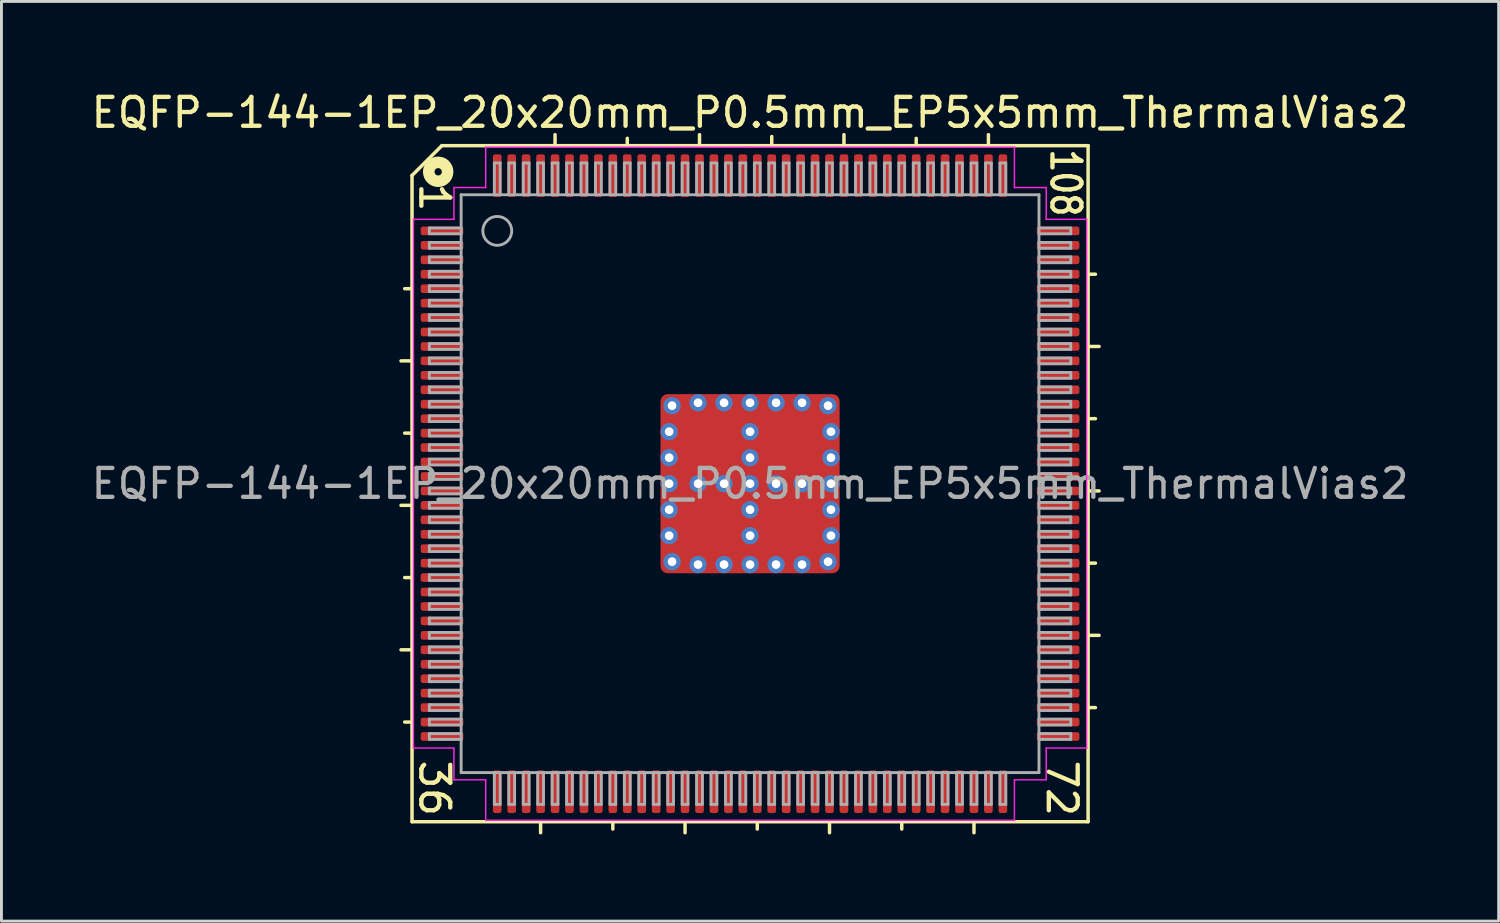
<source format=kicad_pcb>
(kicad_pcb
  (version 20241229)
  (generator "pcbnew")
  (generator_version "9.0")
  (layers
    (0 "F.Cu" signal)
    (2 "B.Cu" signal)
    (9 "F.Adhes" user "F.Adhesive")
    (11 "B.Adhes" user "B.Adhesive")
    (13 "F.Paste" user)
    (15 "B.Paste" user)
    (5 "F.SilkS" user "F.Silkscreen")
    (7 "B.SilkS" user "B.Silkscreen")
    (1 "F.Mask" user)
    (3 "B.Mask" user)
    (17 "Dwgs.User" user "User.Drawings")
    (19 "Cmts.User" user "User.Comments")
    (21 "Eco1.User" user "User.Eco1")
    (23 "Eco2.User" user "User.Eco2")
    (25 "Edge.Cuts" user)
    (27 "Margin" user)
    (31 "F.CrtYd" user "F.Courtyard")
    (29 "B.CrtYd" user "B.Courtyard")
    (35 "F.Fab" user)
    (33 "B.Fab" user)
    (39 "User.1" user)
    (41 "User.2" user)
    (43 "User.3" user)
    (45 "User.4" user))
  (footprint "EQFP-144-1EP_20x20mm_P0.5mm_EP5x5mm_ThermalVias2"
    (layer "F.Cu")
    (at 22.911 13.691)
    (property "Reference" "EQFP-144-1EP_20x20mm_P0.5mm_EP5x5mm_ThermalVias2" (at 0 -12.843 0) (layer "F.SilkS") (effects (font (size 1 1) (thickness 0.15))))
    (attr smd)
    (fp_line (start -11.7 -10.668) (end -11.7 11.7) (stroke (width 0.12) (type solid)) (layer "F.SilkS"))
    (fp_line (start -11.7 -6.75) (end -11.954 -6.75) (stroke (width 0.12) (type solid)) (layer "F.SilkS"))
    (fp_line (start -11.7 -4.25) (end -12.081 -4.25) (stroke (width 0.12) (type solid)) (layer "F.SilkS"))
    (fp_line (start -11.7 -1.75) (end -11.954 -1.75) (stroke (width 0.12) (type solid)) (layer "F.SilkS"))
    (fp_line (start -11.7 0.75) (end -12.081 0.75) (stroke (width 0.12) (type solid)) (layer "F.SilkS"))
    (fp_line (start -11.7 3.25) (end -11.954 3.25) (stroke (width 0.12) (type solid)) (layer "F.SilkS"))
    (fp_line (start -11.7 5.75) (end -12.081 5.75) (stroke (width 0.12) (type solid)) (layer "F.SilkS"))
    (fp_line (start -11.7 8.25) (end -11.954 8.25) (stroke (width 0.12) (type solid)) (layer "F.SilkS"))
    (fp_line (start -11.7 11.7) (end 11.7 11.7) (stroke (width 0.12) (type solid)) (layer "F.SilkS"))
    (fp_line (start -10.668 -11.7) (end -11.7 -10.668) (stroke (width 0.12) (type solid)) (layer "F.SilkS"))
    (fp_line (start -7.25 11.7) (end -7.25 12.081) (stroke (width 0.12) (type solid)) (layer "F.SilkS"))
    (fp_line (start -6.75 -11.7) (end -6.75 -12.081) (stroke (width 0.12) (type solid)) (layer "F.SilkS"))
    (fp_line (start -4.75 11.7) (end -4.75 11.954) (stroke (width 0.12) (type solid)) (layer "F.SilkS"))
    (fp_line (start -4.25 -11.7) (end -4.25 -11.954) (stroke (width 0.12) (type solid)) (layer "F.SilkS"))
    (fp_line (start -2.25 11.7) (end -2.25 12.081) (stroke (width 0.12) (type solid)) (layer "F.SilkS"))
    (fp_line (start -1.75 -11.7) (end -1.75 -12.081) (stroke (width 0.12) (type solid)) (layer "F.SilkS"))
    (fp_line (start -0.889 -11.7) (end -10.668 -11.7) (stroke (width 0.12) (type solid)) (layer "F.SilkS"))
    (fp_line (start 0.25 11.7) (end 0.25 11.954) (stroke (width 0.12) (type solid)) (layer "F.SilkS"))
    (fp_line (start 0.75 -11.766) (end 0.75 -12.016) (stroke (width 0.12) (type solid)) (layer "F.SilkS"))
    (fp_line (start 2.75 11.7) (end 2.75 12.081) (stroke (width 0.12) (type solid)) (layer "F.SilkS"))
    (fp_line (start 3.25 -11.7) (end 3.25 -12.081) (stroke (width 0.12) (type solid)) (layer "F.SilkS"))
    (fp_line (start 5.25 11.7) (end 5.25 11.954) (stroke (width 0.12) (type solid)) (layer "F.SilkS"))
    (fp_line (start 5.75 -11.7) (end 5.75 -11.954) (stroke (width 0.12) (type solid)) (layer "F.SilkS"))
    (fp_line (start 7.75 11.7) (end 7.75 12.081) (stroke (width 0.12) (type solid)) (layer "F.SilkS"))
    (fp_line (start 8.25 -11.7) (end 8.25 -12.081) (stroke (width 0.12) (type solid)) (layer "F.SilkS"))
    (fp_line (start 11.7 -11.7) (end -0.889 -11.7) (stroke (width 0.12) (type solid)) (layer "F.SilkS"))
    (fp_line (start 11.7 -7.25) (end 11.954 -7.25) (stroke (width 0.12) (type solid)) (layer "F.SilkS"))
    (fp_line (start 11.7 -4.75) (end 12.081 -4.75) (stroke (width 0.12) (type solid)) (layer "F.SilkS"))
    (fp_line (start 11.7 -2.25) (end 11.954 -2.25) (stroke (width 0.12) (type solid)) (layer "F.SilkS"))
    (fp_line (start 11.7 0.25) (end 12.081 0.25) (stroke (width 0.12) (type solid)) (layer "F.SilkS"))
    (fp_line (start 11.7 2.75) (end 11.954 2.75) (stroke (width 0.12) (type solid)) (layer "F.SilkS"))
    (fp_line (start 11.7 5.25) (end 12.081 5.25) (stroke (width 0.12) (type solid)) (layer "F.SilkS"))
    (fp_line (start 11.7 7.75) (end 11.954 7.75) (stroke (width 0.12) (type solid)) (layer "F.SilkS"))
    (fp_line (start 11.7 11.7) (end 11.7 -11.7) (stroke (width 0.12) (type solid)) (layer "F.SilkS"))
    (fp_circle (center -10.795 -10.795) (end -10.668 -10.795) (stroke (width 0.4) (type solid)) (fill no) (layer "F.SilkS"))
    (fp_line (start -11.65 -9.15) (end -11.65 0) (stroke (width 0.05) (type solid)) (layer "F.CrtYd"))
    (fp_line (start -11.65 9.15) (end -11.65 0) (stroke (width 0.05) (type solid)) (layer "F.CrtYd"))
    (fp_line (start -10.25 -10.25) (end -10.25 -9.15) (stroke (width 0.05) (type solid)) (layer "F.CrtYd"))
    (fp_line (start -10.25 -9.15) (end -11.65 -9.15) (stroke (width 0.05) (type solid)) (layer "F.CrtYd"))
    (fp_line (start -10.25 9.15) (end -11.65 9.15) (stroke (width 0.05) (type solid)) (layer "F.CrtYd"))
    (fp_line (start -10.25 10.25) (end -10.25 9.15) (stroke (width 0.05) (type solid)) (layer "F.CrtYd"))
    (fp_line (start -9.15 -11.65) (end -9.15 -10.25) (stroke (width 0.05) (type solid)) (layer "F.CrtYd"))
    (fp_line (start -9.15 -10.25) (end -10.25 -10.25) (stroke (width 0.05) (type solid)) (layer "F.CrtYd"))
    (fp_line (start -9.15 10.25) (end -10.25 10.25) (stroke (width 0.05) (type solid)) (layer "F.CrtYd"))
    (fp_line (start -9.15 11.65) (end -9.15 10.25) (stroke (width 0.05) (type solid)) (layer "F.CrtYd"))
    (fp_line (start 0 -11.65) (end -9.15 -11.65) (stroke (width 0.05) (type solid)) (layer "F.CrtYd"))
    (fp_line (start 0 -11.65) (end 9.15 -11.65) (stroke (width 0.05) (type solid)) (layer "F.CrtYd"))
    (fp_line (start 0 11.65) (end -9.15 11.65) (stroke (width 0.05) (type solid)) (layer "F.CrtYd"))
    (fp_line (start 0 11.65) (end 9.15 11.65) (stroke (width 0.05) (type solid)) (layer "F.CrtYd"))
    (fp_line (start 9.15 -11.65) (end 9.15 -10.25) (stroke (width 0.05) (type solid)) (layer "F.CrtYd"))
    (fp_line (start 9.15 -10.25) (end 10.25 -10.25) (stroke (width 0.05) (type solid)) (layer "F.CrtYd"))
    (fp_line (start 9.15 10.25) (end 10.25 10.25) (stroke (width 0.05) (type solid)) (layer "F.CrtYd"))
    (fp_line (start 9.15 11.65) (end 9.15 10.25) (stroke (width 0.05) (type solid)) (layer "F.CrtYd"))
    (fp_line (start 10.25 -10.25) (end 10.25 -9.15) (stroke (width 0.05) (type solid)) (layer "F.CrtYd"))
    (fp_line (start 10.25 -9.15) (end 11.65 -9.15) (stroke (width 0.05) (type solid)) (layer "F.CrtYd"))
    (fp_line (start 10.25 9.15) (end 11.65 9.15) (stroke (width 0.05) (type solid)) (layer "F.CrtYd"))
    (fp_line (start 10.25 10.25) (end 10.25 9.15) (stroke (width 0.05) (type solid)) (layer "F.CrtYd"))
    (fp_line (start 11.65 -9.15) (end 11.65 0) (stroke (width 0.05) (type solid)) (layer "F.CrtYd"))
    (fp_line (start 11.65 9.15) (end 11.65 0) (stroke (width 0.05) (type solid)) (layer "F.CrtYd"))
    (fp_line (start -11.1 -8.85) (end -11.1 -8.65) (stroke (width 0.1) (type solid)) (layer "F.Fab"))
    (fp_line (start -11.1 -8.85) (end -10 -8.85) (stroke (width 0.1) (type solid)) (layer "F.Fab"))
    (fp_line (start -11.1 -8.65) (end -10 -8.65) (stroke (width 0.1) (type solid)) (layer "F.Fab"))
    (fp_line (start -11.1 -8.35) (end -11.1 -8.15) (stroke (width 0.1) (type solid)) (layer "F.Fab"))
    (fp_line (start -11.1 -8.35) (end -10 -8.35) (stroke (width 0.1) (type solid)) (layer "F.Fab"))
    (fp_line (start -11.1 -8.15) (end -10 -8.15) (stroke (width 0.1) (type solid)) (layer "F.Fab"))
    (fp_line (start -11.1 -7.85) (end -11.1 -7.65) (stroke (width 0.1) (type solid)) (layer "F.Fab"))
    (fp_line (start -11.1 -7.85) (end -10 -7.85) (stroke (width 0.1) (type solid)) (layer "F.Fab"))
    (fp_line (start -11.1 -7.65) (end -10 -7.65) (stroke (width 0.1) (type solid)) (layer "F.Fab"))
    (fp_line (start -11.1 -7.35) (end -11.1 -7.15) (stroke (width 0.1) (type solid)) (layer "F.Fab"))
    (fp_line (start -11.1 -7.35) (end -10 -7.35) (stroke (width 0.1) (type solid)) (layer "F.Fab"))
    (fp_line (start -11.1 -7.15) (end -10 -7.15) (stroke (width 0.1) (type solid)) (layer "F.Fab"))
    (fp_line (start -11.1 -6.85) (end -11.1 -6.65) (stroke (width 0.1) (type solid)) (layer "F.Fab"))
    (fp_line (start -11.1 -6.85) (end -10 -6.85) (stroke (width 0.1) (type solid)) (layer "F.Fab"))
    (fp_line (start -11.1 -6.65) (end -10 -6.65) (stroke (width 0.1) (type solid)) (layer "F.Fab"))
    (fp_line (start -11.1 -6.35) (end -11.1 -6.15) (stroke (width 0.1) (type solid)) (layer "F.Fab"))
    (fp_line (start -11.1 -6.35) (end -10 -6.35) (stroke (width 0.1) (type solid)) (layer "F.Fab"))
    (fp_line (start -11.1 -6.15) (end -10 -6.15) (stroke (width 0.1) (type solid)) (layer "F.Fab"))
    (fp_line (start -11.1 -5.85) (end -11.1 -5.65) (stroke (width 0.1) (type solid)) (layer "F.Fab"))
    (fp_line (start -11.1 -5.85) (end -10 -5.85) (stroke (width 0.1) (type solid)) (layer "F.Fab"))
    (fp_line (start -11.1 -5.65) (end -10 -5.65) (stroke (width 0.1) (type solid)) (layer "F.Fab"))
    (fp_line (start -11.1 -5.35) (end -11.1 -5.15) (stroke (width 0.1) (type solid)) (layer "F.Fab"))
    (fp_line (start -11.1 -5.35) (end -10 -5.35) (stroke (width 0.1) (type solid)) (layer "F.Fab"))
    (fp_line (start -11.1 -5.15) (end -10 -5.15) (stroke (width 0.1) (type solid)) (layer "F.Fab"))
    (fp_line (start -11.1 -4.85) (end -11.1 -4.65) (stroke (width 0.1) (type solid)) (layer "F.Fab"))
    (fp_line (start -11.1 -4.85) (end -10 -4.85) (stroke (width 0.1) (type solid)) (layer "F.Fab"))
    (fp_line (start -11.1 -4.65) (end -10 -4.65) (stroke (width 0.1) (type solid)) (layer "F.Fab"))
    (fp_line (start -11.1 -4.35) (end -11.1 -4.15) (stroke (width 0.1) (type solid)) (layer "F.Fab"))
    (fp_line (start -11.1 -4.35) (end -10 -4.35) (stroke (width 0.1) (type solid)) (layer "F.Fab"))
    (fp_line (start -11.1 -4.15) (end -10 -4.15) (stroke (width 0.1) (type solid)) (layer "F.Fab"))
    (fp_line (start -11.1 -3.85) (end -11.1 -3.65) (stroke (width 0.1) (type solid)) (layer "F.Fab"))
    (fp_line (start -11.1 -3.85) (end -10 -3.85) (stroke (width 0.1) (type solid)) (layer "F.Fab"))
    (fp_line (start -11.1 -3.65) (end -10 -3.65) (stroke (width 0.1) (type solid)) (layer "F.Fab"))
    (fp_line (start -11.1 -3.35) (end -11.1 -3.15) (stroke (width 0.1) (type solid)) (layer "F.Fab"))
    (fp_line (start -11.1 -3.35) (end -10 -3.35) (stroke (width 0.1) (type solid)) (layer "F.Fab"))
    (fp_line (start -11.1 -3.15) (end -10 -3.15) (stroke (width 0.1) (type solid)) (layer "F.Fab"))
    (fp_line (start -11.1 -2.85) (end -11.1 -2.65) (stroke (width 0.1) (type solid)) (layer "F.Fab"))
    (fp_line (start -11.1 -2.85) (end -10 -2.85) (stroke (width 0.1) (type solid)) (layer "F.Fab"))
    (fp_line (start -11.1 -2.65) (end -10 -2.65) (stroke (width 0.1) (type solid)) (layer "F.Fab"))
    (fp_line (start -11.1 -2.35) (end -11.1 -2.15) (stroke (width 0.1) (type solid)) (layer "F.Fab"))
    (fp_line (start -11.1 -2.35) (end -10 -2.35) (stroke (width 0.1) (type solid)) (layer "F.Fab"))
    (fp_line (start -11.1 -2.15) (end -10 -2.15) (stroke (width 0.1) (type solid)) (layer "F.Fab"))
    (fp_line (start -11.1 -1.85) (end -11.1 -1.65) (stroke (width 0.1) (type solid)) (layer "F.Fab"))
    (fp_line (start -11.1 -1.85) (end -10 -1.85) (stroke (width 0.1) (type solid)) (layer "F.Fab"))
    (fp_line (start -11.1 -1.65) (end -10 -1.65) (stroke (width 0.1) (type solid)) (layer "F.Fab"))
    (fp_line (start -11.1 -1.35) (end -11.1 -1.15) (stroke (width 0.1) (type solid)) (layer "F.Fab"))
    (fp_line (start -11.1 -1.35) (end -10 -1.35) (stroke (width 0.1) (type solid)) (layer "F.Fab"))
    (fp_line (start -11.1 -1.15) (end -10 -1.15) (stroke (width 0.1) (type solid)) (layer "F.Fab"))
    (fp_line (start -11.1 -0.85) (end -11.1 -0.65) (stroke (width 0.1) (type solid)) (layer "F.Fab"))
    (fp_line (start -11.1 -0.85) (end -10 -0.85) (stroke (width 0.1) (type solid)) (layer "F.Fab"))
    (fp_line (start -11.1 -0.65) (end -10 -0.65) (stroke (width 0.1) (type solid)) (layer "F.Fab"))
    (fp_line (start -11.1 -0.35) (end -11.1 -0.15) (stroke (width 0.1) (type solid)) (layer "F.Fab"))
    (fp_line (start -11.1 -0.35) (end -10 -0.35) (stroke (width 0.1) (type solid)) (layer "F.Fab"))
    (fp_line (start -11.1 -0.15) (end -10 -0.15) (stroke (width 0.1) (type solid)) (layer "F.Fab"))
    (fp_line (start -11.1 0.15) (end -11.1 0.35) (stroke (width 0.1) (type solid)) (layer "F.Fab"))
    (fp_line (start -11.1 0.15) (end -10 0.15) (stroke (width 0.1) (type solid)) (layer "F.Fab"))
    (fp_line (start -11.1 0.35) (end -10 0.35) (stroke (width 0.1) (type solid)) (layer "F.Fab"))
    (fp_line (start -11.1 0.65) (end -11.1 0.85) (stroke (width 0.1) (type solid)) (layer "F.Fab"))
    (fp_line (start -11.1 0.65) (end -10 0.65) (stroke (width 0.1) (type solid)) (layer "F.Fab"))
    (fp_line (start -11.1 0.85) (end -10 0.85) (stroke (width 0.1) (type solid)) (layer "F.Fab"))
    (fp_line (start -11.1 1.15) (end -11.1 1.35) (stroke (width 0.1) (type solid)) (layer "F.Fab"))
    (fp_line (start -11.1 1.15) (end -10 1.15) (stroke (width 0.1) (type solid)) (layer "F.Fab"))
    (fp_line (start -11.1 1.35) (end -10 1.35) (stroke (width 0.1) (type solid)) (layer "F.Fab"))
    (fp_line (start -11.1 1.65) (end -11.1 1.85) (stroke (width 0.1) (type solid)) (layer "F.Fab"))
    (fp_line (start -11.1 1.65) (end -10 1.65) (stroke (width 0.1) (type solid)) (layer "F.Fab"))
    (fp_line (start -11.1 1.85) (end -10 1.85) (stroke (width 0.1) (type solid)) (layer "F.Fab"))
    (fp_line (start -11.1 2.15) (end -11.1 2.35) (stroke (width 0.1) (type solid)) (layer "F.Fab"))
    (fp_line (start -11.1 2.15) (end -10 2.15) (stroke (width 0.1) (type solid)) (layer "F.Fab"))
    (fp_line (start -11.1 2.35) (end -10 2.35) (stroke (width 0.1) (type solid)) (layer "F.Fab"))
    (fp_line (start -11.1 2.65) (end -11.1 2.85) (stroke (width 0.1) (type solid)) (layer "F.Fab"))
    (fp_line (start -11.1 2.65) (end -10 2.65) (stroke (width 0.1) (type solid)) (layer "F.Fab"))
    (fp_line (start -11.1 2.85) (end -10 2.85) (stroke (width 0.1) (type solid)) (layer "F.Fab"))
    (fp_line (start -11.1 3.15) (end -11.1 3.35) (stroke (width 0.1) (type solid)) (layer "F.Fab"))
    (fp_line (start -11.1 3.15) (end -10 3.15) (stroke (width 0.1) (type solid)) (layer "F.Fab"))
    (fp_line (start -11.1 3.35) (end -10 3.35) (stroke (width 0.1) (type solid)) (layer "F.Fab"))
    (fp_line (start -11.1 3.65) (end -11.1 3.85) (stroke (width 0.1) (type solid)) (layer "F.Fab"))
    (fp_line (start -11.1 3.65) (end -10 3.65) (stroke (width 0.1) (type solid)) (layer "F.Fab"))
    (fp_line (start -11.1 3.85) (end -10 3.85) (stroke (width 0.1) (type solid)) (layer "F.Fab"))
    (fp_line (start -11.1 4.15) (end -11.1 4.35) (stroke (width 0.1) (type solid)) (layer "F.Fab"))
    (fp_line (start -11.1 4.15) (end -10 4.15) (stroke (width 0.1) (type solid)) (layer "F.Fab"))
    (fp_line (start -11.1 4.35) (end -10 4.35) (stroke (width 0.1) (type solid)) (layer "F.Fab"))
    (fp_line (start -11.1 4.65) (end -11.1 4.85) (stroke (width 0.1) (type solid)) (layer "F.Fab"))
    (fp_line (start -11.1 4.65) (end -10 4.65) (stroke (width 0.1) (type solid)) (layer "F.Fab"))
    (fp_line (start -11.1 4.85) (end -10 4.85) (stroke (width 0.1) (type solid)) (layer "F.Fab"))
    (fp_line (start -11.1 5.15) (end -11.1 5.35) (stroke (width 0.1) (type solid)) (layer "F.Fab"))
    (fp_line (start -11.1 5.15) (end -10 5.15) (stroke (width 0.1) (type solid)) (layer "F.Fab"))
    (fp_line (start -11.1 5.35) (end -10 5.35) (stroke (width 0.1) (type solid)) (layer "F.Fab"))
    (fp_line (start -11.1 5.65) (end -11.1 5.85) (stroke (width 0.1) (type solid)) (layer "F.Fab"))
    (fp_line (start -11.1 5.65) (end -10 5.65) (stroke (width 0.1) (type solid)) (layer "F.Fab"))
    (fp_line (start -11.1 5.85) (end -10 5.85) (stroke (width 0.1) (type solid)) (layer "F.Fab"))
    (fp_line (start -11.1 6.15) (end -11.1 6.35) (stroke (width 0.1) (type solid)) (layer "F.Fab"))
    (fp_line (start -11.1 6.15) (end -10 6.15) (stroke (width 0.1) (type solid)) (layer "F.Fab"))
    (fp_line (start -11.1 6.35) (end -10 6.35) (stroke (width 0.1) (type solid)) (layer "F.Fab"))
    (fp_line (start -11.1 6.65) (end -11.1 6.85) (stroke (width 0.1) (type solid)) (layer "F.Fab"))
    (fp_line (start -11.1 6.65) (end -10 6.65) (stroke (width 0.1) (type solid)) (layer "F.Fab"))
    (fp_line (start -11.1 6.85) (end -10 6.85) (stroke (width 0.1) (type solid)) (layer "F.Fab"))
    (fp_line (start -11.1 7.15) (end -11.1 7.35) (stroke (width 0.1) (type solid)) (layer "F.Fab"))
    (fp_line (start -11.1 7.15) (end -10 7.15) (stroke (width 0.1) (type solid)) (layer "F.Fab"))
    (fp_line (start -11.1 7.35) (end -10 7.35) (stroke (width 0.1) (type solid)) (layer "F.Fab"))
    (fp_line (start -11.1 7.65) (end -11.1 7.85) (stroke (width 0.1) (type solid)) (layer "F.Fab"))
    (fp_line (start -11.1 7.65) (end -10 7.65) (stroke (width 0.1) (type solid)) (layer "F.Fab"))
    (fp_line (start -11.1 7.85) (end -10 7.85) (stroke (width 0.1) (type solid)) (layer "F.Fab"))
    (fp_line (start -11.1 8.15) (end -11.1 8.35) (stroke (width 0.1) (type solid)) (layer "F.Fab"))
    (fp_line (start -11.1 8.15) (end -10 8.15) (stroke (width 0.1) (type solid)) (layer "F.Fab"))
    (fp_line (start -11.1 8.35) (end -10 8.35) (stroke (width 0.1) (type solid)) (layer "F.Fab"))
    (fp_line (start -11.1 8.65) (end -11.1 8.85) (stroke (width 0.1) (type solid)) (layer "F.Fab"))
    (fp_line (start -11.1 8.65) (end -10 8.65) (stroke (width 0.1) (type solid)) (layer "F.Fab"))
    (fp_line (start -11.1 8.85) (end -10 8.85) (stroke (width 0.1) (type solid)) (layer "F.Fab"))
    (fp_line (start -10 -10) (end 10 -10) (stroke (width 0.1) (type solid)) (layer "F.Fab"))
    (fp_line (start -10 10) (end -10 -10) (stroke (width 0.1) (type solid)) (layer "F.Fab"))
    (fp_line (start -8.85 -11.1) (end -8.85 -10) (stroke (width 0.1) (type solid)) (layer "F.Fab"))
    (fp_line (start -8.85 11.1) (end -8.85 10) (stroke (width 0.1) (type solid)) (layer "F.Fab"))
    (fp_line (start -8.85 11.1) (end -8.65 11.1) (stroke (width 0.1) (type solid)) (layer "F.Fab"))
    (fp_line (start -8.65 -11.1) (end -8.85 -11.1) (stroke (width 0.1) (type solid)) (layer "F.Fab"))
    (fp_line (start -8.65 -11.1) (end -8.65 -10) (stroke (width 0.1) (type solid)) (layer "F.Fab"))
    (fp_line (start -8.65 11.1) (end -8.65 10) (stroke (width 0.1) (type solid)) (layer "F.Fab"))
    (fp_line (start -8.35 -11.1) (end -8.35 -10) (stroke (width 0.1) (type solid)) (layer "F.Fab"))
    (fp_line (start -8.35 11.1) (end -8.35 10) (stroke (width 0.1) (type solid)) (layer "F.Fab"))
    (fp_line (start -8.35 11.1) (end -8.15 11.1) (stroke (width 0.1) (type solid)) (layer "F.Fab"))
    (fp_line (start -8.15 -11.1) (end -8.35 -11.1) (stroke (width 0.1) (type solid)) (layer "F.Fab"))
    (fp_line (start -8.15 -11.1) (end -8.15 -10) (stroke (width 0.1) (type solid)) (layer "F.Fab"))
    (fp_line (start -8.15 11.1) (end -8.15 10) (stroke (width 0.1) (type solid)) (layer "F.Fab"))
    (fp_line (start -7.85 -11.1) (end -7.85 -10) (stroke (width 0.1) (type solid)) (layer "F.Fab"))
    (fp_line (start -7.85 11.1) (end -7.85 10) (stroke (width 0.1) (type solid)) (layer "F.Fab"))
    (fp_line (start -7.85 11.1) (end -7.65 11.1) (stroke (width 0.1) (type solid)) (layer "F.Fab"))
    (fp_line (start -7.65 -11.1) (end -7.85 -11.1) (stroke (width 0.1) (type solid)) (layer "F.Fab"))
    (fp_line (start -7.65 -11.1) (end -7.65 -10) (stroke (width 0.1) (type solid)) (layer "F.Fab"))
    (fp_line (start -7.65 11.1) (end -7.65 10) (stroke (width 0.1) (type solid)) (layer "F.Fab"))
    (fp_line (start -7.35 -11.1) (end -7.35 -10) (stroke (width 0.1) (type solid)) (layer "F.Fab"))
    (fp_line (start -7.35 11.1) (end -7.35 10) (stroke (width 0.1) (type solid)) (layer "F.Fab"))
    (fp_line (start -7.35 11.1) (end -7.15 11.1) (stroke (width 0.1) (type solid)) (layer "F.Fab"))
    (fp_line (start -7.15 -11.1) (end -7.35 -11.1) (stroke (width 0.1) (type solid)) (layer "F.Fab"))
    (fp_line (start -7.15 -11.1) (end -7.15 -10) (stroke (width 0.1) (type solid)) (layer "F.Fab"))
    (fp_line (start -7.15 11.1) (end -7.15 10) (stroke (width 0.1) (type solid)) (layer "F.Fab"))
    (fp_line (start -6.85 -11.1) (end -6.85 -10) (stroke (width 0.1) (type solid)) (layer "F.Fab"))
    (fp_line (start -6.85 11.1) (end -6.85 10) (stroke (width 0.1) (type solid)) (layer "F.Fab"))
    (fp_line (start -6.85 11.1) (end -6.65 11.1) (stroke (width 0.1) (type solid)) (layer "F.Fab"))
    (fp_line (start -6.65 -11.1) (end -6.85 -11.1) (stroke (width 0.1) (type solid)) (layer "F.Fab"))
    (fp_line (start -6.65 -11.1) (end -6.65 -10) (stroke (width 0.1) (type solid)) (layer "F.Fab"))
    (fp_line (start -6.65 11.1) (end -6.65 10) (stroke (width 0.1) (type solid)) (layer "F.Fab"))
    (fp_line (start -6.35 -11.1) (end -6.35 -10) (stroke (width 0.1) (type solid)) (layer "F.Fab"))
    (fp_line (start -6.35 11.1) (end -6.35 10) (stroke (width 0.1) (type solid)) (layer "F.Fab"))
    (fp_line (start -6.35 11.1) (end -6.15 11.1) (stroke (width 0.1) (type solid)) (layer "F.Fab"))
    (fp_line (start -6.15 -11.1) (end -6.35 -11.1) (stroke (width 0.1) (type solid)) (layer "F.Fab"))
    (fp_line (start -6.15 -11.1) (end -6.15 -10) (stroke (width 0.1) (type solid)) (layer "F.Fab"))
    (fp_line (start -6.15 11.1) (end -6.15 10) (stroke (width 0.1) (type solid)) (layer "F.Fab"))
    (fp_line (start -5.85 -11.1) (end -5.85 -10) (stroke (width 0.1) (type solid)) (layer "F.Fab"))
    (fp_line (start -5.85 11.1) (end -5.85 10) (stroke (width 0.1) (type solid)) (layer "F.Fab"))
    (fp_line (start -5.85 11.1) (end -5.65 11.1) (stroke (width 0.1) (type solid)) (layer "F.Fab"))
    (fp_line (start -5.65 -11.1) (end -5.85 -11.1) (stroke (width 0.1) (type solid)) (layer "F.Fab"))
    (fp_line (start -5.65 -11.1) (end -5.65 -10) (stroke (width 0.1) (type solid)) (layer "F.Fab"))
    (fp_line (start -5.65 11.1) (end -5.65 10) (stroke (width 0.1) (type solid)) (layer "F.Fab"))
    (fp_line (start -5.35 -11.1) (end -5.35 -10) (stroke (width 0.1) (type solid)) (layer "F.Fab"))
    (fp_line (start -5.35 11.1) (end -5.35 10) (stroke (width 0.1) (type solid)) (layer "F.Fab"))
    (fp_line (start -5.35 11.1) (end -5.15 11.1) (stroke (width 0.1) (type solid)) (layer "F.Fab"))
    (fp_line (start -5.15 -11.1) (end -5.35 -11.1) (stroke (width 0.1) (type solid)) (layer "F.Fab"))
    (fp_line (start -5.15 -11.1) (end -5.15 -10) (stroke (width 0.1) (type solid)) (layer "F.Fab"))
    (fp_line (start -5.15 11.1) (end -5.15 10) (stroke (width 0.1) (type solid)) (layer "F.Fab"))
    (fp_line (start -4.85 -11.1) (end -4.85 -10) (stroke (width 0.1) (type solid)) (layer "F.Fab"))
    (fp_line (start -4.85 11.1) (end -4.85 10) (stroke (width 0.1) (type solid)) (layer "F.Fab"))
    (fp_line (start -4.85 11.1) (end -4.65 11.1) (stroke (width 0.1) (type solid)) (layer "F.Fab"))
    (fp_line (start -4.65 -11.1) (end -4.85 -11.1) (stroke (width 0.1) (type solid)) (layer "F.Fab"))
    (fp_line (start -4.65 -11.1) (end -4.65 -10) (stroke (width 0.1) (type solid)) (layer "F.Fab"))
    (fp_line (start -4.65 11.1) (end -4.65 10) (stroke (width 0.1) (type solid)) (layer "F.Fab"))
    (fp_line (start -4.35 -11.1) (end -4.35 -10) (stroke (width 0.1) (type solid)) (layer "F.Fab"))
    (fp_line (start -4.35 11.1) (end -4.35 10) (stroke (width 0.1) (type solid)) (layer "F.Fab"))
    (fp_line (start -4.35 11.1) (end -4.15 11.1) (stroke (width 0.1) (type solid)) (layer "F.Fab"))
    (fp_line (start -4.15 -11.1) (end -4.35 -11.1) (stroke (width 0.1) (type solid)) (layer "F.Fab"))
    (fp_line (start -4.15 -11.1) (end -4.15 -10) (stroke (width 0.1) (type solid)) (layer "F.Fab"))
    (fp_line (start -4.15 11.1) (end -4.15 10) (stroke (width 0.1) (type solid)) (layer "F.Fab"))
    (fp_line (start -3.85 -11.1) (end -3.85 -10) (stroke (width 0.1) (type solid)) (layer "F.Fab"))
    (fp_line (start -3.85 11.1) (end -3.85 10) (stroke (width 0.1) (type solid)) (layer "F.Fab"))
    (fp_line (start -3.85 11.1) (end -3.65 11.1) (stroke (width 0.1) (type solid)) (layer "F.Fab"))
    (fp_line (start -3.65 -11.1) (end -3.85 -11.1) (stroke (width 0.1) (type solid)) (layer "F.Fab"))
    (fp_line (start -3.65 -11.1) (end -3.65 -10) (stroke (width 0.1) (type solid)) (layer "F.Fab"))
    (fp_line (start -3.65 11.1) (end -3.65 10) (stroke (width 0.1) (type solid)) (layer "F.Fab"))
    (fp_line (start -3.35 -11.1) (end -3.35 -10) (stroke (width 0.1) (type solid)) (layer "F.Fab"))
    (fp_line (start -3.35 11.1) (end -3.35 10) (stroke (width 0.1) (type solid)) (layer "F.Fab"))
    (fp_line (start -3.35 11.1) (end -3.15 11.1) (stroke (width 0.1) (type solid)) (layer "F.Fab"))
    (fp_line (start -3.15 -11.1) (end -3.35 -11.1) (stroke (width 0.1) (type solid)) (layer "F.Fab"))
    (fp_line (start -3.15 -11.1) (end -3.15 -10) (stroke (width 0.1) (type solid)) (layer "F.Fab"))
    (fp_line (start -3.15 11.1) (end -3.15 10) (stroke (width 0.1) (type solid)) (layer "F.Fab"))
    (fp_line (start -2.85 -11.1) (end -2.85 -10) (stroke (width 0.1) (type solid)) (layer "F.Fab"))
    (fp_line (start -2.85 11.1) (end -2.85 10) (stroke (width 0.1) (type solid)) (layer "F.Fab"))
    (fp_line (start -2.85 11.1) (end -2.65 11.1) (stroke (width 0.1) (type solid)) (layer "F.Fab"))
    (fp_line (start -2.65 -11.1) (end -2.85 -11.1) (stroke (width 0.1) (type solid)) (layer "F.Fab"))
    (fp_line (start -2.65 -11.1) (end -2.65 -10) (stroke (width 0.1) (type solid)) (layer "F.Fab"))
    (fp_line (start -2.65 11.1) (end -2.65 10) (stroke (width 0.1) (type solid)) (layer "F.Fab"))
    (fp_line (start -2.35 -11.1) (end -2.35 -10) (stroke (width 0.1) (type solid)) (layer "F.Fab"))
    (fp_line (start -2.35 11.1) (end -2.35 10) (stroke (width 0.1) (type solid)) (layer "F.Fab"))
    (fp_line (start -2.35 11.1) (end -2.15 11.1) (stroke (width 0.1) (type solid)) (layer "F.Fab"))
    (fp_line (start -2.15 -11.1) (end -2.35 -11.1) (stroke (width 0.1) (type solid)) (layer "F.Fab"))
    (fp_line (start -2.15 -11.1) (end -2.15 -10) (stroke (width 0.1) (type solid)) (layer "F.Fab"))
    (fp_line (start -2.15 11.1) (end -2.15 10) (stroke (width 0.1) (type solid)) (layer "F.Fab"))
    (fp_line (start -1.85 -11.1) (end -1.85 -10) (stroke (width 0.1) (type solid)) (layer "F.Fab"))
    (fp_line (start -1.85 11.1) (end -1.85 10) (stroke (width 0.1) (type solid)) (layer "F.Fab"))
    (fp_line (start -1.85 11.1) (end -1.65 11.1) (stroke (width 0.1) (type solid)) (layer "F.Fab"))
    (fp_line (start -1.65 -11.1) (end -1.85 -11.1) (stroke (width 0.1) (type solid)) (layer "F.Fab"))
    (fp_line (start -1.65 -11.1) (end -1.65 -10) (stroke (width 0.1) (type solid)) (layer "F.Fab"))
    (fp_line (start -1.65 11.1) (end -1.65 10) (stroke (width 0.1) (type solid)) (layer "F.Fab"))
    (fp_line (start -1.35 -11.1) (end -1.35 -10) (stroke (width 0.1) (type solid)) (layer "F.Fab"))
    (fp_line (start -1.35 11.1) (end -1.35 10) (stroke (width 0.1) (type solid)) (layer "F.Fab"))
    (fp_line (start -1.35 11.1) (end -1.15 11.1) (stroke (width 0.1) (type solid)) (layer "F.Fab"))
    (fp_line (start -1.15 -11.1) (end -1.35 -11.1) (stroke (width 0.1) (type solid)) (layer "F.Fab"))
    (fp_line (start -1.15 -11.1) (end -1.15 -10) (stroke (width 0.1) (type solid)) (layer "F.Fab"))
    (fp_line (start -1.15 11.1) (end -1.15 10) (stroke (width 0.1) (type solid)) (layer "F.Fab"))
    (fp_line (start -0.85 -11.1) (end -0.85 -10) (stroke (width 0.1) (type solid)) (layer "F.Fab"))
    (fp_line (start -0.85 11.1) (end -0.85 10) (stroke (width 0.1) (type solid)) (layer "F.Fab"))
    (fp_line (start -0.85 11.1) (end -0.65 11.1) (stroke (width 0.1) (type solid)) (layer "F.Fab"))
    (fp_line (start -0.65 -11.1) (end -0.85 -11.1) (stroke (width 0.1) (type solid)) (layer "F.Fab"))
    (fp_line (start -0.65 -11.1) (end -0.65 -10) (stroke (width 0.1) (type solid)) (layer "F.Fab"))
    (fp_line (start -0.65 11.1) (end -0.65 10) (stroke (width 0.1) (type solid)) (layer "F.Fab"))
    (fp_line (start -0.35 -11.1) (end -0.35 -10) (stroke (width 0.1) (type solid)) (layer "F.Fab"))
    (fp_line (start -0.35 11.1) (end -0.35 10) (stroke (width 0.1) (type solid)) (layer "F.Fab"))
    (fp_line (start -0.35 11.1) (end -0.15 11.1) (stroke (width 0.1) (type solid)) (layer "F.Fab"))
    (fp_line (start -0.15 -11.1) (end -0.35 -11.1) (stroke (width 0.1) (type solid)) (layer "F.Fab"))
    (fp_line (start -0.15 -11.1) (end -0.15 -10) (stroke (width 0.1) (type solid)) (layer "F.Fab"))
    (fp_line (start -0.15 11.1) (end -0.15 10) (stroke (width 0.1) (type solid)) (layer "F.Fab"))
    (fp_line (start 0.15 -11.1) (end 0.15 -10) (stroke (width 0.1) (type solid)) (layer "F.Fab"))
    (fp_line (start 0.15 11.1) (end 0.15 10) (stroke (width 0.1) (type solid)) (layer "F.Fab"))
    (fp_line (start 0.15 11.1) (end 0.35 11.1) (stroke (width 0.1) (type solid)) (layer "F.Fab"))
    (fp_line (start 0.35 -11.1) (end 0.15 -11.1) (stroke (width 0.1) (type solid)) (layer "F.Fab"))
    (fp_line (start 0.35 -11.1) (end 0.35 -10) (stroke (width 0.1) (type solid)) (layer "F.Fab"))
    (fp_line (start 0.35 11.1) (end 0.35 10) (stroke (width 0.1) (type solid)) (layer "F.Fab"))
    (fp_line (start 0.65 -11.1) (end 0.65 -10) (stroke (width 0.1) (type solid)) (layer "F.Fab"))
    (fp_line (start 0.65 11.1) (end 0.65 10) (stroke (width 0.1) (type solid)) (layer "F.Fab"))
    (fp_line (start 0.65 11.1) (end 0.85 11.1) (stroke (width 0.1) (type solid)) (layer "F.Fab"))
    (fp_line (start 0.85 -11.1) (end 0.65 -11.1) (stroke (width 0.1) (type solid)) (layer "F.Fab"))
    (fp_line (start 0.85 -11.1) (end 0.85 -10) (stroke (width 0.1) (type solid)) (layer "F.Fab"))
    (fp_line (start 0.85 11.1) (end 0.85 10) (stroke (width 0.1) (type solid)) (layer "F.Fab"))
    (fp_line (start 1.15 -11.1) (end 1.15 -10) (stroke (width 0.1) (type solid)) (layer "F.Fab"))
    (fp_line (start 1.15 11.1) (end 1.15 10) (stroke (width 0.1) (type solid)) (layer "F.Fab"))
    (fp_line (start 1.15 11.1) (end 1.35 11.1) (stroke (width 0.1) (type solid)) (layer "F.Fab"))
    (fp_line (start 1.35 -11.1) (end 1.15 -11.1) (stroke (width 0.1) (type solid)) (layer "F.Fab"))
    (fp_line (start 1.35 -11.1) (end 1.35 -10) (stroke (width 0.1) (type solid)) (layer "F.Fab"))
    (fp_line (start 1.35 11.1) (end 1.35 10) (stroke (width 0.1) (type solid)) (layer "F.Fab"))
    (fp_line (start 1.65 -11.1) (end 1.65 -10) (stroke (width 0.1) (type solid)) (layer "F.Fab"))
    (fp_line (start 1.65 11.1) (end 1.65 10) (stroke (width 0.1) (type solid)) (layer "F.Fab"))
    (fp_line (start 1.65 11.1) (end 1.85 11.1) (stroke (width 0.1) (type solid)) (layer "F.Fab"))
    (fp_line (start 1.85 -11.1) (end 1.65 -11.1) (stroke (width 0.1) (type solid)) (layer "F.Fab"))
    (fp_line (start 1.85 -11.1) (end 1.85 -10) (stroke (width 0.1) (type solid)) (layer "F.Fab"))
    (fp_line (start 1.85 11.1) (end 1.85 10) (stroke (width 0.1) (type solid)) (layer "F.Fab"))
    (fp_line (start 2.15 -11.1) (end 2.15 -10) (stroke (width 0.1) (type solid)) (layer "F.Fab"))
    (fp_line (start 2.15 11.1) (end 2.15 10) (stroke (width 0.1) (type solid)) (layer "F.Fab"))
    (fp_line (start 2.15 11.1) (end 2.35 11.1) (stroke (width 0.1) (type solid)) (layer "F.Fab"))
    (fp_line (start 2.35 -11.1) (end 2.15 -11.1) (stroke (width 0.1) (type solid)) (layer "F.Fab"))
    (fp_line (start 2.35 -11.1) (end 2.35 -10) (stroke (width 0.1) (type solid)) (layer "F.Fab"))
    (fp_line (start 2.35 11.1) (end 2.35 10) (stroke (width 0.1) (type solid)) (layer "F.Fab"))
    (fp_line (start 2.65 -11.1) (end 2.65 -10) (stroke (width 0.1) (type solid)) (layer "F.Fab"))
    (fp_line (start 2.65 11.1) (end 2.65 10) (stroke (width 0.1) (type solid)) (layer "F.Fab"))
    (fp_line (start 2.65 11.1) (end 2.85 11.1) (stroke (width 0.1) (type solid)) (layer "F.Fab"))
    (fp_line (start 2.85 -11.1) (end 2.65 -11.1) (stroke (width 0.1) (type solid)) (layer "F.Fab"))
    (fp_line (start 2.85 -11.1) (end 2.85 -10) (stroke (width 0.1) (type solid)) (layer "F.Fab"))
    (fp_line (start 2.85 11.1) (end 2.85 10) (stroke (width 0.1) (type solid)) (layer "F.Fab"))
    (fp_line (start 3.15 -11.1) (end 3.15 -10) (stroke (width 0.1) (type solid)) (layer "F.Fab"))
    (fp_line (start 3.15 11.1) (end 3.15 10) (stroke (width 0.1) (type solid)) (layer "F.Fab"))
    (fp_line (start 3.15 11.1) (end 3.35 11.1) (stroke (width 0.1) (type solid)) (layer "F.Fab"))
    (fp_line (start 3.35 -11.1) (end 3.15 -11.1) (stroke (width 0.1) (type solid)) (layer "F.Fab"))
    (fp_line (start 3.35 -11.1) (end 3.35 -10) (stroke (width 0.1) (type solid)) (layer "F.Fab"))
    (fp_line (start 3.35 11.1) (end 3.35 10) (stroke (width 0.1) (type solid)) (layer "F.Fab"))
    (fp_line (start 3.65 -11.1) (end 3.65 -10) (stroke (width 0.1) (type solid)) (layer "F.Fab"))
    (fp_line (start 3.65 11.1) (end 3.65 10) (stroke (width 0.1) (type solid)) (layer "F.Fab"))
    (fp_line (start 3.65 11.1) (end 3.85 11.1) (stroke (width 0.1) (type solid)) (layer "F.Fab"))
    (fp_line (start 3.85 -11.1) (end 3.65 -11.1) (stroke (width 0.1) (type solid)) (layer "F.Fab"))
    (fp_line (start 3.85 -11.1) (end 3.85 -10) (stroke (width 0.1) (type solid)) (layer "F.Fab"))
    (fp_line (start 3.85 11.1) (end 3.85 10) (stroke (width 0.1) (type solid)) (layer "F.Fab"))
    (fp_line (start 4.15 -11.1) (end 4.15 -10) (stroke (width 0.1) (type solid)) (layer "F.Fab"))
    (fp_line (start 4.15 11.1) (end 4.15 10) (stroke (width 0.1) (type solid)) (layer "F.Fab"))
    (fp_line (start 4.15 11.1) (end 4.35 11.1) (stroke (width 0.1) (type solid)) (layer "F.Fab"))
    (fp_line (start 4.35 -11.1) (end 4.15 -11.1) (stroke (width 0.1) (type solid)) (layer "F.Fab"))
    (fp_line (start 4.35 -11.1) (end 4.35 -10) (stroke (width 0.1) (type solid)) (layer "F.Fab"))
    (fp_line (start 4.35 11.1) (end 4.35 10) (stroke (width 0.1) (type solid)) (layer "F.Fab"))
    (fp_line (start 4.65 -11.1) (end 4.65 -10) (stroke (width 0.1) (type solid)) (layer "F.Fab"))
    (fp_line (start 4.65 11.1) (end 4.65 10) (stroke (width 0.1) (type solid)) (layer "F.Fab"))
    (fp_line (start 4.65 11.1) (end 4.85 11.1) (stroke (width 0.1) (type solid)) (layer "F.Fab"))
    (fp_line (start 4.85 -11.1) (end 4.65 -11.1) (stroke (width 0.1) (type solid)) (layer "F.Fab"))
    (fp_line (start 4.85 -11.1) (end 4.85 -10) (stroke (width 0.1) (type solid)) (layer "F.Fab"))
    (fp_line (start 4.85 11.1) (end 4.85 10) (stroke (width 0.1) (type solid)) (layer "F.Fab"))
    (fp_line (start 5.15 -11.1) (end 5.15 -10) (stroke (width 0.1) (type solid)) (layer "F.Fab"))
    (fp_line (start 5.15 11.1) (end 5.15 10) (stroke (width 0.1) (type solid)) (layer "F.Fab"))
    (fp_line (start 5.15 11.1) (end 5.35 11.1) (stroke (width 0.1) (type solid)) (layer "F.Fab"))
    (fp_line (start 5.35 -11.1) (end 5.15 -11.1) (stroke (width 0.1) (type solid)) (layer "F.Fab"))
    (fp_line (start 5.35 -11.1) (end 5.35 -10) (stroke (width 0.1) (type solid)) (layer "F.Fab"))
    (fp_line (start 5.35 11.1) (end 5.35 10) (stroke (width 0.1) (type solid)) (layer "F.Fab"))
    (fp_line (start 5.65 -11.1) (end 5.65 -10) (stroke (width 0.1) (type solid)) (layer "F.Fab"))
    (fp_line (start 5.65 11.1) (end 5.65 10) (stroke (width 0.1) (type solid)) (layer "F.Fab"))
    (fp_line (start 5.65 11.1) (end 5.85 11.1) (stroke (width 0.1) (type solid)) (layer "F.Fab"))
    (fp_line (start 5.85 -11.1) (end 5.65 -11.1) (stroke (width 0.1) (type solid)) (layer "F.Fab"))
    (fp_line (start 5.85 -11.1) (end 5.85 -10) (stroke (width 0.1) (type solid)) (layer "F.Fab"))
    (fp_line (start 5.85 11.1) (end 5.85 10) (stroke (width 0.1) (type solid)) (layer "F.Fab"))
    (fp_line (start 6.15 -11.1) (end 6.15 -10) (stroke (width 0.1) (type solid)) (layer "F.Fab"))
    (fp_line (start 6.15 11.1) (end 6.15 10) (stroke (width 0.1) (type solid)) (layer "F.Fab"))
    (fp_line (start 6.15 11.1) (end 6.35 11.1) (stroke (width 0.1) (type solid)) (layer "F.Fab"))
    (fp_line (start 6.35 -11.1) (end 6.15 -11.1) (stroke (width 0.1) (type solid)) (layer "F.Fab"))
    (fp_line (start 6.35 -11.1) (end 6.35 -10) (stroke (width 0.1) (type solid)) (layer "F.Fab"))
    (fp_line (start 6.35 11.1) (end 6.35 10) (stroke (width 0.1) (type solid)) (layer "F.Fab"))
    (fp_line (start 6.65 -11.1) (end 6.65 -10) (stroke (width 0.1) (type solid)) (layer "F.Fab"))
    (fp_line (start 6.65 11.1) (end 6.65 10) (stroke (width 0.1) (type solid)) (layer "F.Fab"))
    (fp_line (start 6.65 11.1) (end 6.85 11.1) (stroke (width 0.1) (type solid)) (layer "F.Fab"))
    (fp_line (start 6.85 -11.1) (end 6.65 -11.1) (stroke (width 0.1) (type solid)) (layer "F.Fab"))
    (fp_line (start 6.85 -11.1) (end 6.85 -10) (stroke (width 0.1) (type solid)) (layer "F.Fab"))
    (fp_line (start 6.85 11.1) (end 6.85 10) (stroke (width 0.1) (type solid)) (layer "F.Fab"))
    (fp_line (start 7.15 -11.1) (end 7.15 -10) (stroke (width 0.1) (type solid)) (layer "F.Fab"))
    (fp_line (start 7.15 11.1) (end 7.15 10) (stroke (width 0.1) (type solid)) (layer "F.Fab"))
    (fp_line (start 7.15 11.1) (end 7.35 11.1) (stroke (width 0.1) (type solid)) (layer "F.Fab"))
    (fp_line (start 7.35 -11.1) (end 7.15 -11.1) (stroke (width 0.1) (type solid)) (layer "F.Fab"))
    (fp_line (start 7.35 -11.1) (end 7.35 -10) (stroke (width 0.1) (type solid)) (layer "F.Fab"))
    (fp_line (start 7.35 11.1) (end 7.35 10) (stroke (width 0.1) (type solid)) (layer "F.Fab"))
    (fp_line (start 7.65 -11.1) (end 7.65 -10) (stroke (width 0.1) (type solid)) (layer "F.Fab"))
    (fp_line (start 7.65 11.1) (end 7.65 10) (stroke (width 0.1) (type solid)) (layer "F.Fab"))
    (fp_line (start 7.65 11.1) (end 7.85 11.1) (stroke (width 0.1) (type solid)) (layer "F.Fab"))
    (fp_line (start 7.85 -11.1) (end 7.65 -11.1) (stroke (width 0.1) (type solid)) (layer "F.Fab"))
    (fp_line (start 7.85 -11.1) (end 7.85 -10) (stroke (width 0.1) (type solid)) (layer "F.Fab"))
    (fp_line (start 7.85 11.1) (end 7.85 10) (stroke (width 0.1) (type solid)) (layer "F.Fab"))
    (fp_line (start 8.15 -11.1) (end 8.15 -10) (stroke (width 0.1) (type solid)) (layer "F.Fab"))
    (fp_line (start 8.15 11.1) (end 8.15 10) (stroke (width 0.1) (type solid)) (layer "F.Fab"))
    (fp_line (start 8.15 11.1) (end 8.35 11.1) (stroke (width 0.1) (type solid)) (layer "F.Fab"))
    (fp_line (start 8.35 -11.1) (end 8.15 -11.1) (stroke (width 0.1) (type solid)) (layer "F.Fab"))
    (fp_line (start 8.35 -11.1) (end 8.35 -10) (stroke (width 0.1) (type solid)) (layer "F.Fab"))
    (fp_line (start 8.35 11.1) (end 8.35 10) (stroke (width 0.1) (type solid)) (layer "F.Fab"))
    (fp_line (start 8.65 -11.1) (end 8.65 -10) (stroke (width 0.1) (type solid)) (layer "F.Fab"))
    (fp_line (start 8.65 11.1) (end 8.65 10) (stroke (width 0.1) (type solid)) (layer "F.Fab"))
    (fp_line (start 8.65 11.1) (end 8.85 11.1) (stroke (width 0.1) (type solid)) (layer "F.Fab"))
    (fp_line (start 8.85 -11.1) (end 8.65 -11.1) (stroke (width 0.1) (type solid)) (layer "F.Fab"))
    (fp_line (start 8.85 -11.1) (end 8.85 -10) (stroke (width 0.1) (type solid)) (layer "F.Fab"))
    (fp_line (start 8.85 11.1) (end 8.85 10) (stroke (width 0.1) (type solid)) (layer "F.Fab"))
    (fp_line (start 10 -10) (end 10 10) (stroke (width 0.1) (type solid)) (layer "F.Fab"))
    (fp_line (start 10 10) (end -10 10) (stroke (width 0.1) (type solid)) (layer "F.Fab"))
    (fp_line (start 11.1 -8.85) (end 10 -8.85) (stroke (width 0.1) (type solid)) (layer "F.Fab"))
    (fp_line (start 11.1 -8.65) (end 10 -8.65) (stroke (width 0.1) (type solid)) (layer "F.Fab"))
    (fp_line (start 11.1 -8.65) (end 11.1 -8.85) (stroke (width 0.1) (type solid)) (layer "F.Fab"))
    (fp_line (start 11.1 -8.35) (end 10 -8.35) (stroke (width 0.1) (type solid)) (layer "F.Fab"))
    (fp_line (start 11.1 -8.15) (end 10 -8.15) (stroke (width 0.1) (type solid)) (layer "F.Fab"))
    (fp_line (start 11.1 -8.15) (end 11.1 -8.35) (stroke (width 0.1) (type solid)) (layer "F.Fab"))
    (fp_line (start 11.1 -7.85) (end 10 -7.85) (stroke (width 0.1) (type solid)) (layer "F.Fab"))
    (fp_line (start 11.1 -7.65) (end 10 -7.65) (stroke (width 0.1) (type solid)) (layer "F.Fab"))
    (fp_line (start 11.1 -7.65) (end 11.1 -7.85) (stroke (width 0.1) (type solid)) (layer "F.Fab"))
    (fp_line (start 11.1 -7.35) (end 10 -7.35) (stroke (width 0.1) (type solid)) (layer "F.Fab"))
    (fp_line (start 11.1 -7.15) (end 10 -7.15) (stroke (width 0.1) (type solid)) (layer "F.Fab"))
    (fp_line (start 11.1 -7.15) (end 11.1 -7.35) (stroke (width 0.1) (type solid)) (layer "F.Fab"))
    (fp_line (start 11.1 -6.85) (end 10 -6.85) (stroke (width 0.1) (type solid)) (layer "F.Fab"))
    (fp_line (start 11.1 -6.65) (end 10 -6.65) (stroke (width 0.1) (type solid)) (layer "F.Fab"))
    (fp_line (start 11.1 -6.65) (end 11.1 -6.85) (stroke (width 0.1) (type solid)) (layer "F.Fab"))
    (fp_line (start 11.1 -6.35) (end 10 -6.35) (stroke (width 0.1) (type solid)) (layer "F.Fab"))
    (fp_line (start 11.1 -6.15) (end 10 -6.15) (stroke (width 0.1) (type solid)) (layer "F.Fab"))
    (fp_line (start 11.1 -6.15) (end 11.1 -6.35) (stroke (width 0.1) (type solid)) (layer "F.Fab"))
    (fp_line (start 11.1 -5.85) (end 10 -5.85) (stroke (width 0.1) (type solid)) (layer "F.Fab"))
    (fp_line (start 11.1 -5.65) (end 10 -5.65) (stroke (width 0.1) (type solid)) (layer "F.Fab"))
    (fp_line (start 11.1 -5.65) (end 11.1 -5.85) (stroke (width 0.1) (type solid)) (layer "F.Fab"))
    (fp_line (start 11.1 -5.35) (end 10 -5.35) (stroke (width 0.1) (type solid)) (layer "F.Fab"))
    (fp_line (start 11.1 -5.15) (end 10 -5.15) (stroke (width 0.1) (type solid)) (layer "F.Fab"))
    (fp_line (start 11.1 -5.15) (end 11.1 -5.35) (stroke (width 0.1) (type solid)) (layer "F.Fab"))
    (fp_line (start 11.1 -4.85) (end 10 -4.85) (stroke (width 0.1) (type solid)) (layer "F.Fab"))
    (fp_line (start 11.1 -4.65) (end 10 -4.65) (stroke (width 0.1) (type solid)) (layer "F.Fab"))
    (fp_line (start 11.1 -4.65) (end 11.1 -4.85) (stroke (width 0.1) (type solid)) (layer "F.Fab"))
    (fp_line (start 11.1 -4.35) (end 10 -4.35) (stroke (width 0.1) (type solid)) (layer "F.Fab"))
    (fp_line (start 11.1 -4.15) (end 10 -4.15) (stroke (width 0.1) (type solid)) (layer "F.Fab"))
    (fp_line (start 11.1 -4.15) (end 11.1 -4.35) (stroke (width 0.1) (type solid)) (layer "F.Fab"))
    (fp_line (start 11.1 -3.85) (end 10 -3.85) (stroke (width 0.1) (type solid)) (layer "F.Fab"))
    (fp_line (start 11.1 -3.65) (end 10 -3.65) (stroke (width 0.1) (type solid)) (layer "F.Fab"))
    (fp_line (start 11.1 -3.65) (end 11.1 -3.85) (stroke (width 0.1) (type solid)) (layer "F.Fab"))
    (fp_line (start 11.1 -3.35) (end 10 -3.35) (stroke (width 0.1) (type solid)) (layer "F.Fab"))
    (fp_line (start 11.1 -3.15) (end 10 -3.15) (stroke (width 0.1) (type solid)) (layer "F.Fab"))
    (fp_line (start 11.1 -3.15) (end 11.1 -3.35) (stroke (width 0.1) (type solid)) (layer "F.Fab"))
    (fp_line (start 11.1 -2.85) (end 10 -2.85) (stroke (width 0.1) (type solid)) (layer "F.Fab"))
    (fp_line (start 11.1 -2.65) (end 10 -2.65) (stroke (width 0.1) (type solid)) (layer "F.Fab"))
    (fp_line (start 11.1 -2.65) (end 11.1 -2.85) (stroke (width 0.1) (type solid)) (layer "F.Fab"))
    (fp_line (start 11.1 -2.35) (end 10 -2.35) (stroke (width 0.1) (type solid)) (layer "F.Fab"))
    (fp_line (start 11.1 -2.15) (end 10 -2.15) (stroke (width 0.1) (type solid)) (layer "F.Fab"))
    (fp_line (start 11.1 -2.15) (end 11.1 -2.35) (stroke (width 0.1) (type solid)) (layer "F.Fab"))
    (fp_line (start 11.1 -1.85) (end 10 -1.85) (stroke (width 0.1) (type solid)) (layer "F.Fab"))
    (fp_line (start 11.1 -1.65) (end 10 -1.65) (stroke (width 0.1) (type solid)) (layer "F.Fab"))
    (fp_line (start 11.1 -1.65) (end 11.1 -1.85) (stroke (width 0.1) (type solid)) (layer "F.Fab"))
    (fp_line (start 11.1 -1.35) (end 10 -1.35) (stroke (width 0.1) (type solid)) (layer "F.Fab"))
    (fp_line (start 11.1 -1.15) (end 10 -1.15) (stroke (width 0.1) (type solid)) (layer "F.Fab"))
    (fp_line (start 11.1 -1.15) (end 11.1 -1.35) (stroke (width 0.1) (type solid)) (layer "F.Fab"))
    (fp_line (start 11.1 -0.85) (end 10 -0.85) (stroke (width 0.1) (type solid)) (layer "F.Fab"))
    (fp_line (start 11.1 -0.65) (end 10 -0.65) (stroke (width 0.1) (type solid)) (layer "F.Fab"))
    (fp_line (start 11.1 -0.65) (end 11.1 -0.85) (stroke (width 0.1) (type solid)) (layer "F.Fab"))
    (fp_line (start 11.1 -0.35) (end 10 -0.35) (stroke (width 0.1) (type solid)) (layer "F.Fab"))
    (fp_line (start 11.1 -0.15) (end 10 -0.15) (stroke (width 0.1) (type solid)) (layer "F.Fab"))
    (fp_line (start 11.1 -0.15) (end 11.1 -0.35) (stroke (width 0.1) (type solid)) (layer "F.Fab"))
    (fp_line (start 11.1 0.15) (end 10 0.15) (stroke (width 0.1) (type solid)) (layer "F.Fab"))
    (fp_line (start 11.1 0.35) (end 10 0.35) (stroke (width 0.1) (type solid)) (layer "F.Fab"))
    (fp_line (start 11.1 0.35) (end 11.1 0.15) (stroke (width 0.1) (type solid)) (layer "F.Fab"))
    (fp_line (start 11.1 0.65) (end 10 0.65) (stroke (width 0.1) (type solid)) (layer "F.Fab"))
    (fp_line (start 11.1 0.85) (end 10 0.85) (stroke (width 0.1) (type solid)) (layer "F.Fab"))
    (fp_line (start 11.1 0.85) (end 11.1 0.65) (stroke (width 0.1) (type solid)) (layer "F.Fab"))
    (fp_line (start 11.1 1.15) (end 10 1.15) (stroke (width 0.1) (type solid)) (layer "F.Fab"))
    (fp_line (start 11.1 1.35) (end 10 1.35) (stroke (width 0.1) (type solid)) (layer "F.Fab"))
    (fp_line (start 11.1 1.35) (end 11.1 1.15) (stroke (width 0.1) (type solid)) (layer "F.Fab"))
    (fp_line (start 11.1 1.65) (end 10 1.65) (stroke (width 0.1) (type solid)) (layer "F.Fab"))
    (fp_line (start 11.1 1.85) (end 10 1.85) (stroke (width 0.1) (type solid)) (layer "F.Fab"))
    (fp_line (start 11.1 1.85) (end 11.1 1.65) (stroke (width 0.1) (type solid)) (layer "F.Fab"))
    (fp_line (start 11.1 2.15) (end 10 2.15) (stroke (width 0.1) (type solid)) (layer "F.Fab"))
    (fp_line (start 11.1 2.35) (end 10 2.35) (stroke (width 0.1) (type solid)) (layer "F.Fab"))
    (fp_line (start 11.1 2.35) (end 11.1 2.15) (stroke (width 0.1) (type solid)) (layer "F.Fab"))
    (fp_line (start 11.1 2.65) (end 10 2.65) (stroke (width 0.1) (type solid)) (layer "F.Fab"))
    (fp_line (start 11.1 2.85) (end 10 2.85) (stroke (width 0.1) (type solid)) (layer "F.Fab"))
    (fp_line (start 11.1 2.85) (end 11.1 2.65) (stroke (width 0.1) (type solid)) (layer "F.Fab"))
    (fp_line (start 11.1 3.15) (end 10 3.15) (stroke (width 0.1) (type solid)) (layer "F.Fab"))
    (fp_line (start 11.1 3.35) (end 10 3.35) (stroke (width 0.1) (type solid)) (layer "F.Fab"))
    (fp_line (start 11.1 3.35) (end 11.1 3.15) (stroke (width 0.1) (type solid)) (layer "F.Fab"))
    (fp_line (start 11.1 3.65) (end 10 3.65) (stroke (width 0.1) (type solid)) (layer "F.Fab"))
    (fp_line (start 11.1 3.85) (end 10 3.85) (stroke (width 0.1) (type solid)) (layer "F.Fab"))
    (fp_line (start 11.1 3.85) (end 11.1 3.65) (stroke (width 0.1) (type solid)) (layer "F.Fab"))
    (fp_line (start 11.1 4.15) (end 10 4.15) (stroke (width 0.1) (type solid)) (layer "F.Fab"))
    (fp_line (start 11.1 4.35) (end 10 4.35) (stroke (width 0.1) (type solid)) (layer "F.Fab"))
    (fp_line (start 11.1 4.35) (end 11.1 4.15) (stroke (width 0.1) (type solid)) (layer "F.Fab"))
    (fp_line (start 11.1 4.65) (end 10 4.65) (stroke (width 0.1) (type solid)) (layer "F.Fab"))
    (fp_line (start 11.1 4.85) (end 10 4.85) (stroke (width 0.1) (type solid)) (layer "F.Fab"))
    (fp_line (start 11.1 4.85) (end 11.1 4.65) (stroke (width 0.1) (type solid)) (layer "F.Fab"))
    (fp_line (start 11.1 5.15) (end 10 5.15) (stroke (width 0.1) (type solid)) (layer "F.Fab"))
    (fp_line (start 11.1 5.35) (end 10 5.35) (stroke (width 0.1) (type solid)) (layer "F.Fab"))
    (fp_line (start 11.1 5.35) (end 11.1 5.15) (stroke (width 0.1) (type solid)) (layer "F.Fab"))
    (fp_line (start 11.1 5.65) (end 10 5.65) (stroke (width 0.1) (type solid)) (layer "F.Fab"))
    (fp_line (start 11.1 5.85) (end 10 5.85) (stroke (width 0.1) (type solid)) (layer "F.Fab"))
    (fp_line (start 11.1 5.85) (end 11.1 5.65) (stroke (width 0.1) (type solid)) (layer "F.Fab"))
    (fp_line (start 11.1 6.15) (end 10 6.15) (stroke (width 0.1) (type solid)) (layer "F.Fab"))
    (fp_line (start 11.1 6.35) (end 10 6.35) (stroke (width 0.1) (type solid)) (layer "F.Fab"))
    (fp_line (start 11.1 6.35) (end 11.1 6.15) (stroke (width 0.1) (type solid)) (layer "F.Fab"))
    (fp_line (start 11.1 6.65) (end 10 6.65) (stroke (width 0.1) (type solid)) (layer "F.Fab"))
    (fp_line (start 11.1 6.85) (end 10 6.85) (stroke (width 0.1) (type solid)) (layer "F.Fab"))
    (fp_line (start 11.1 6.85) (end 11.1 6.65) (stroke (width 0.1) (type solid)) (layer "F.Fab"))
    (fp_line (start 11.1 7.15) (end 10 7.15) (stroke (width 0.1) (type solid)) (layer "F.Fab"))
    (fp_line (start 11.1 7.35) (end 10 7.35) (stroke (width 0.1) (type solid)) (layer "F.Fab"))
    (fp_line (start 11.1 7.35) (end 11.1 7.15) (stroke (width 0.1) (type solid)) (layer "F.Fab"))
    (fp_line (start 11.1 7.65) (end 10 7.65) (stroke (width 0.1) (type solid)) (layer "F.Fab"))
    (fp_line (start 11.1 7.85) (end 10 7.85) (stroke (width 0.1) (type solid)) (layer "F.Fab"))
    (fp_line (start 11.1 7.85) (end 11.1 7.65) (stroke (width 0.1) (type solid)) (layer "F.Fab"))
    (fp_line (start 11.1 8.15) (end 10 8.15) (stroke (width 0.1) (type solid)) (layer "F.Fab"))
    (fp_line (start 11.1 8.35) (end 10 8.35) (stroke (width 0.1) (type solid)) (layer "F.Fab"))
    (fp_line (start 11.1 8.35) (end 11.1 8.15) (stroke (width 0.1) (type solid)) (layer "F.Fab"))
    (fp_line (start 11.1 8.65) (end 10 8.65) (stroke (width 0.1) (type solid)) (layer "F.Fab"))
    (fp_line (start 11.1 8.85) (end 10 8.85) (stroke (width 0.1) (type solid)) (layer "F.Fab"))
    (fp_line (start 11.1 8.85) (end 11.1 8.65) (stroke (width 0.1) (type solid)) (layer "F.Fab"))
    (fp_circle (center -8.75 -8.75) (end -8.25 -8.75) (stroke (width 0.1) (type solid)) (fill no) (layer "F.Fab"))
    (fp_text user "72" (at 10.795 10.541 270) (unlocked yes) (layer "F.SilkS") (effects (font (size 1 1) (thickness 0.15))))
    (fp_text user "1" (at -10.922 -9.906 270) (unlocked yes) (layer "F.SilkS") (effects (font (size 1 1) (thickness 0.15))))
    (fp_text user "36" (at -10.922 10.541 270) (unlocked yes) (layer "F.SilkS") (effects (font (size 1 1) (thickness 0.15))))
    (fp_text user "108" (at 10.922 -10.414 270) (unlocked yes) (layer "F.SilkS") (effects (font (size 1 0.8) (thickness 0.15))))
    (fp_text user "${REFERENCE}" (at 0 0 0) (layer "F.Fab") (effects (font (size 1 1) (thickness 0.15))))
    (pad "" smd roundrect (at -1.9 -1.9) (size 0.8 0.8) (layers "F.Paste") (roundrect_rratio 0.25))
    (pad "" smd roundrect (at -1.9 -0.9) (size 0.8 0.8) (layers "F.Paste") (roundrect_rratio 0.25))
    (pad "" smd roundrect (at -1.9 0.9) (size 0.8 0.8) (layers "F.Paste") (roundrect_rratio 0.25))
    (pad "" smd roundrect (at -1.9 1.9) (size 0.8 0.8) (layers "F.Paste") (roundrect_rratio 0.25))
    (pad "" smd roundrect (at -1.4 -1.4) (size 2.2 2.2) (layers "F.Mask") (roundrect_rratio 0.114))
    (pad "" smd roundrect (at -1.4 1.4) (size 2.2 2.2) (layers "F.Mask") (roundrect_rratio 0.114))
    (pad "" smd roundrect (at -0.9 -1.9) (size 0.8 0.8) (layers "F.Paste") (roundrect_rratio 0.25))
    (pad "" smd roundrect (at -0.9 -0.9) (size 0.8 0.8) (layers "F.Paste") (roundrect_rratio 0.25))
    (pad "" smd roundrect (at -0.9 0.9) (size 0.8 0.8) (layers "F.Paste") (roundrect_rratio 0.25))
    (pad "" smd roundrect (at -0.9 1.9) (size 0.8 0.8) (layers "F.Paste") (roundrect_rratio 0.25))
    (pad "" smd roundrect (at 0.9 -1.9) (size 0.8 0.8) (layers "F.Paste") (roundrect_rratio 0.25))
    (pad "" smd roundrect (at 0.9 -0.9) (size 0.8 0.8) (layers "F.Paste") (roundrect_rratio 0.25))
    (pad "" smd roundrect (at 0.9 0.9) (size 0.8 0.8) (layers "F.Paste") (roundrect_rratio 0.25))
    (pad "" smd roundrect (at 0.9 1.9) (size 0.8 0.8) (layers "F.Paste") (roundrect_rratio 0.25))
    (pad "" smd roundrect (at 1.4 -1.4) (size 2.2 2.2) (layers "F.Mask") (roundrect_rratio 0.114))
    (pad "" smd roundrect (at 1.4 1.4) (size 2.2 2.2) (layers "F.Mask") (roundrect_rratio 0.114))
    (pad "" smd roundrect (at 1.9 -1.9) (size 0.8 0.8) (layers "F.Paste") (roundrect_rratio 0.25))
    (pad "" smd roundrect (at 1.9 -0.9) (size 0.8 0.8) (layers "F.Paste") (roundrect_rratio 0.25))
    (pad "" smd roundrect (at 1.9 0.9) (size 0.8 0.8) (layers "F.Paste") (roundrect_rratio 0.25))
    (pad "" smd roundrect (at 1.9 1.9) (size 0.8 0.8) (layers "F.Paste") (roundrect_rratio 0.25))
    (pad "1" smd roundrect (at -10.662 -8.75) (size 1.475 0.3) (layers "F.Cu" "F.Mask" "F.Paste") (roundrect_rratio 0.25))
    (pad "2" smd roundrect (at -10.662 -8.25) (size 1.475 0.3) (layers "F.Cu" "F.Mask" "F.Paste") (roundrect_rratio 0.25))
    (pad "3" smd roundrect (at -10.662 -7.75) (size 1.475 0.3) (layers "F.Cu" "F.Mask" "F.Paste") (roundrect_rratio 0.25))
    (pad "4" smd roundrect (at -10.662 -7.25) (size 1.475 0.3) (layers "F.Cu" "F.Mask" "F.Paste") (roundrect_rratio 0.25))
    (pad "5" smd roundrect (at -10.662 -6.75) (size 1.475 0.3) (layers "F.Cu" "F.Mask" "F.Paste") (roundrect_rratio 0.25))
    (pad "6" smd roundrect (at -10.662 -6.25) (size 1.475 0.3) (layers "F.Cu" "F.Mask" "F.Paste") (roundrect_rratio 0.25))
    (pad "7" smd roundrect (at -10.662 -5.75) (size 1.475 0.3) (layers "F.Cu" "F.Mask" "F.Paste") (roundrect_rratio 0.25))
    (pad "8" smd roundrect (at -10.662 -5.25) (size 1.475 0.3) (layers "F.Cu" "F.Mask" "F.Paste") (roundrect_rratio 0.25))
    (pad "9" smd roundrect (at -10.662 -4.75) (size 1.475 0.3) (layers "F.Cu" "F.Mask" "F.Paste") (roundrect_rratio 0.25))
    (pad "10" smd roundrect (at -10.662 -4.25) (size 1.475 0.3) (layers "F.Cu" "F.Mask" "F.Paste") (roundrect_rratio 0.25))
    (pad "11" smd roundrect (at -10.662 -3.75) (size 1.475 0.3) (layers "F.Cu" "F.Mask" "F.Paste") (roundrect_rratio 0.25))
    (pad "12" smd roundrect (at -10.662 -3.25) (size 1.475 0.3) (layers "F.Cu" "F.Mask" "F.Paste") (roundrect_rratio 0.25))
    (pad "13" smd roundrect (at -10.662 -2.75) (size 1.475 0.3) (layers "F.Cu" "F.Mask" "F.Paste") (roundrect_rratio 0.25))
    (pad "14" smd roundrect (at -10.662 -2.25) (size 1.475 0.3) (layers "F.Cu" "F.Mask" "F.Paste") (roundrect_rratio 0.25))
    (pad "15" smd roundrect (at -10.662 -1.75) (size 1.475 0.3) (layers "F.Cu" "F.Mask" "F.Paste") (roundrect_rratio 0.25))
    (pad "16" smd roundrect (at -10.662 -1.25) (size 1.475 0.3) (layers "F.Cu" "F.Mask" "F.Paste") (roundrect_rratio 0.25))
    (pad "17" smd roundrect (at -10.662 -0.75) (size 1.475 0.3) (layers "F.Cu" "F.Mask" "F.Paste") (roundrect_rratio 0.25))
    (pad "18" smd roundrect (at -10.662 -0.25) (size 1.475 0.3) (layers "F.Cu" "F.Mask" "F.Paste") (roundrect_rratio 0.25))
    (pad "19" smd roundrect (at -10.662 0.25) (size 1.475 0.3) (layers "F.Cu" "F.Mask" "F.Paste") (roundrect_rratio 0.25))
    (pad "20" smd roundrect (at -10.662 0.75) (size 1.475 0.3) (layers "F.Cu" "F.Mask" "F.Paste") (roundrect_rratio 0.25))
    (pad "21" smd roundrect (at -10.662 1.25) (size 1.475 0.3) (layers "F.Cu" "F.Mask" "F.Paste") (roundrect_rratio 0.25))
    (pad "22" smd roundrect (at -10.662 1.75) (size 1.475 0.3) (layers "F.Cu" "F.Mask" "F.Paste") (roundrect_rratio 0.25))
    (pad "23" smd roundrect (at -10.662 2.25) (size 1.475 0.3) (layers "F.Cu" "F.Mask" "F.Paste") (roundrect_rratio 0.25))
    (pad "24" smd roundrect (at -10.662 2.75) (size 1.475 0.3) (layers "F.Cu" "F.Mask" "F.Paste") (roundrect_rratio 0.25))
    (pad "25" smd roundrect (at -10.662 3.25) (size 1.475 0.3) (layers "F.Cu" "F.Mask" "F.Paste") (roundrect_rratio 0.25))
    (pad "26" smd roundrect (at -10.662 3.75) (size 1.475 0.3) (layers "F.Cu" "F.Mask" "F.Paste") (roundrect_rratio 0.25))
    (pad "27" smd roundrect (at -10.662 4.25) (size 1.475 0.3) (layers "F.Cu" "F.Mask" "F.Paste") (roundrect_rratio 0.25))
    (pad "28" smd roundrect (at -10.662 4.75) (size 1.475 0.3) (layers "F.Cu" "F.Mask" "F.Paste") (roundrect_rratio 0.25))
    (pad "29" smd roundrect (at -10.662 5.25) (size 1.475 0.3) (layers "F.Cu" "F.Mask" "F.Paste") (roundrect_rratio 0.25))
    (pad "30" smd roundrect (at -10.662 5.75) (size 1.475 0.3) (layers "F.Cu" "F.Mask" "F.Paste") (roundrect_rratio 0.25))
    (pad "31" smd roundrect (at -10.662 6.25) (size 1.475 0.3) (layers "F.Cu" "F.Mask" "F.Paste") (roundrect_rratio 0.25))
    (pad "32" smd roundrect (at -10.662 6.75) (size 1.475 0.3) (layers "F.Cu" "F.Mask" "F.Paste") (roundrect_rratio 0.25))
    (pad "33" smd roundrect (at -10.662 7.25) (size 1.475 0.3) (layers "F.Cu" "F.Mask" "F.Paste") (roundrect_rratio 0.25))
    (pad "34" smd roundrect (at -10.662 7.75) (size 1.475 0.3) (layers "F.Cu" "F.Mask" "F.Paste") (roundrect_rratio 0.25))
    (pad "35" smd roundrect (at -10.662 8.25) (size 1.475 0.3) (layers "F.Cu" "F.Mask" "F.Paste") (roundrect_rratio 0.25))
    (pad "36" smd roundrect (at -10.662 8.75) (size 1.475 0.3) (layers "F.Cu" "F.Mask" "F.Paste") (roundrect_rratio 0.25))
    (pad "37" smd roundrect (at -8.75 10.662) (size 0.3 1.475) (layers "F.Cu" "F.Mask" "F.Paste") (roundrect_rratio 0.25))
    (pad "38" smd roundrect (at -8.25 10.662) (size 0.3 1.475) (layers "F.Cu" "F.Mask" "F.Paste") (roundrect_rratio 0.25))
    (pad "39" smd roundrect (at -7.75 10.662) (size 0.3 1.475) (layers "F.Cu" "F.Mask" "F.Paste") (roundrect_rratio 0.25))
    (pad "40" smd roundrect (at -7.25 10.662) (size 0.3 1.475) (layers "F.Cu" "F.Mask" "F.Paste") (roundrect_rratio 0.25))
    (pad "41" smd roundrect (at -6.75 10.662) (size 0.3 1.475) (layers "F.Cu" "F.Mask" "F.Paste") (roundrect_rratio 0.25))
    (pad "42" smd roundrect (at -6.25 10.662) (size 0.3 1.475) (layers "F.Cu" "F.Mask" "F.Paste") (roundrect_rratio 0.25))
    (pad "43" smd roundrect (at -5.75 10.662) (size 0.3 1.475) (layers "F.Cu" "F.Mask" "F.Paste") (roundrect_rratio 0.25))
    (pad "44" smd roundrect (at -5.25 10.662) (size 0.3 1.475) (layers "F.Cu" "F.Mask" "F.Paste") (roundrect_rratio 0.25))
    (pad "45" smd roundrect (at -4.75 10.662) (size 0.3 1.475) (layers "F.Cu" "F.Mask" "F.Paste") (roundrect_rratio 0.25))
    (pad "46" smd roundrect (at -4.25 10.662) (size 0.3 1.475) (layers "F.Cu" "F.Mask" "F.Paste") (roundrect_rratio 0.25))
    (pad "47" smd roundrect (at -3.75 10.662) (size 0.3 1.475) (layers "F.Cu" "F.Mask" "F.Paste") (roundrect_rratio 0.25))
    (pad "48" smd roundrect (at -3.25 10.662) (size 0.3 1.475) (layers "F.Cu" "F.Mask" "F.Paste") (roundrect_rratio 0.25))
    (pad "49" smd roundrect (at -2.75 10.662) (size 0.3 1.475) (layers "F.Cu" "F.Mask" "F.Paste") (roundrect_rratio 0.25))
    (pad "50" smd roundrect (at -2.25 10.662) (size 0.3 1.475) (layers "F.Cu" "F.Mask" "F.Paste") (roundrect_rratio 0.25))
    (pad "51" smd roundrect (at -1.75 10.662) (size 0.3 1.475) (layers "F.Cu" "F.Mask" "F.Paste") (roundrect_rratio 0.25))
    (pad "52" smd roundrect (at -1.25 10.662) (size 0.3 1.475) (layers "F.Cu" "F.Mask" "F.Paste") (roundrect_rratio 0.25))
    (pad "53" smd roundrect (at -0.75 10.662) (size 0.3 1.475) (layers "F.Cu" "F.Mask" "F.Paste") (roundrect_rratio 0.25))
    (pad "54" smd roundrect (at -0.25 10.662) (size 0.3 1.475) (layers "F.Cu" "F.Mask" "F.Paste") (roundrect_rratio 0.25))
    (pad "55" smd roundrect (at 0.25 10.662) (size 0.3 1.475) (layers "F.Cu" "F.Mask" "F.Paste") (roundrect_rratio 0.25))
    (pad "56" smd roundrect (at 0.75 10.662) (size 0.3 1.475) (layers "F.Cu" "F.Mask" "F.Paste") (roundrect_rratio 0.25))
    (pad "57" smd roundrect (at 1.25 10.662) (size 0.3 1.475) (layers "F.Cu" "F.Mask" "F.Paste") (roundrect_rratio 0.25))
    (pad "58" smd roundrect (at 1.75 10.662) (size 0.3 1.475) (layers "F.Cu" "F.Mask" "F.Paste") (roundrect_rratio 0.25))
    (pad "59" smd roundrect (at 2.25 10.662) (size 0.3 1.475) (layers "F.Cu" "F.Mask" "F.Paste") (roundrect_rratio 0.25))
    (pad "60" smd roundrect (at 2.75 10.662) (size 0.3 1.475) (layers "F.Cu" "F.Mask" "F.Paste") (roundrect_rratio 0.25))
    (pad "61" smd roundrect (at 3.25 10.662) (size 0.3 1.475) (layers "F.Cu" "F.Mask" "F.Paste") (roundrect_rratio 0.25))
    (pad "62" smd roundrect (at 3.75 10.662) (size 0.3 1.475) (layers "F.Cu" "F.Mask" "F.Paste") (roundrect_rratio 0.25))
    (pad "63" smd roundrect (at 4.25 10.662) (size 0.3 1.475) (layers "F.Cu" "F.Mask" "F.Paste") (roundrect_rratio 0.25))
    (pad "64" smd roundrect (at 4.75 10.662) (size 0.3 1.475) (layers "F.Cu" "F.Mask" "F.Paste") (roundrect_rratio 0.25))
    (pad "65" smd roundrect (at 5.25 10.662) (size 0.3 1.475) (layers "F.Cu" "F.Mask" "F.Paste") (roundrect_rratio 0.25))
    (pad "66" smd roundrect (at 5.75 10.662) (size 0.3 1.475) (layers "F.Cu" "F.Mask" "F.Paste") (roundrect_rratio 0.25))
    (pad "67" smd roundrect (at 6.25 10.662) (size 0.3 1.475) (layers "F.Cu" "F.Mask" "F.Paste") (roundrect_rratio 0.25))
    (pad "68" smd roundrect (at 6.75 10.662) (size 0.3 1.475) (layers "F.Cu" "F.Mask" "F.Paste") (roundrect_rratio 0.25))
    (pad "69" smd roundrect (at 7.25 10.662) (size 0.3 1.475) (layers "F.Cu" "F.Mask" "F.Paste") (roundrect_rratio 0.25))
    (pad "70" smd roundrect (at 7.75 10.662) (size 0.3 1.475) (layers "F.Cu" "F.Mask" "F.Paste") (roundrect_rratio 0.25))
    (pad "71" smd roundrect (at 8.25 10.662) (size 0.3 1.475) (layers "F.Cu" "F.Mask" "F.Paste") (roundrect_rratio 0.25))
    (pad "72" smd roundrect (at 8.75 10.662) (size 0.3 1.475) (layers "F.Cu" "F.Mask" "F.Paste") (roundrect_rratio 0.25))
    (pad "73" smd roundrect (at 10.662 8.75) (size 1.475 0.3) (layers "F.Cu" "F.Mask" "F.Paste") (roundrect_rratio 0.25))
    (pad "74" smd roundrect (at 10.662 8.25) (size 1.475 0.3) (layers "F.Cu" "F.Mask" "F.Paste") (roundrect_rratio 0.25))
    (pad "75" smd roundrect (at 10.662 7.75) (size 1.475 0.3) (layers "F.Cu" "F.Mask" "F.Paste") (roundrect_rratio 0.25))
    (pad "76" smd roundrect (at 10.662 7.25) (size 1.475 0.3) (layers "F.Cu" "F.Mask" "F.Paste") (roundrect_rratio 0.25))
    (pad "77" smd roundrect (at 10.662 6.75) (size 1.475 0.3) (layers "F.Cu" "F.Mask" "F.Paste") (roundrect_rratio 0.25))
    (pad "78" smd roundrect (at 10.662 6.25) (size 1.475 0.3) (layers "F.Cu" "F.Mask" "F.Paste") (roundrect_rratio 0.25))
    (pad "79" smd roundrect (at 10.662 5.75) (size 1.475 0.3) (layers "F.Cu" "F.Mask" "F.Paste") (roundrect_rratio 0.25))
    (pad "80" smd roundrect (at 10.662 5.25) (size 1.475 0.3) (layers "F.Cu" "F.Mask" "F.Paste") (roundrect_rratio 0.25))
    (pad "81" smd roundrect (at 10.662 4.75) (size 1.475 0.3) (layers "F.Cu" "F.Mask" "F.Paste") (roundrect_rratio 0.25))
    (pad "82" smd roundrect (at 10.662 4.25) (size 1.475 0.3) (layers "F.Cu" "F.Mask" "F.Paste") (roundrect_rratio 0.25))
    (pad "83" smd roundrect (at 10.662 3.75) (size 1.475 0.3) (layers "F.Cu" "F.Mask" "F.Paste") (roundrect_rratio 0.25))
    (pad "84" smd roundrect (at 10.662 3.25) (size 1.475 0.3) (layers "F.Cu" "F.Mask" "F.Paste") (roundrect_rratio 0.25))
    (pad "85" smd roundrect (at 10.662 2.75) (size 1.475 0.3) (layers "F.Cu" "F.Mask" "F.Paste") (roundrect_rratio 0.25))
    (pad "86" smd roundrect (at 10.662 2.25) (size 1.475 0.3) (layers "F.Cu" "F.Mask" "F.Paste") (roundrect_rratio 0.25))
    (pad "87" smd roundrect (at 10.662 1.75) (size 1.475 0.3) (layers "F.Cu" "F.Mask" "F.Paste") (roundrect_rratio 0.25))
    (pad "88" smd roundrect (at 10.662 1.25) (size 1.475 0.3) (layers "F.Cu" "F.Mask" "F.Paste") (roundrect_rratio 0.25))
    (pad "89" smd roundrect (at 10.662 0.75) (size 1.475 0.3) (layers "F.Cu" "F.Mask" "F.Paste") (roundrect_rratio 0.25))
    (pad "90" smd roundrect (at 10.662 0.25) (size 1.475 0.3) (layers "F.Cu" "F.Mask" "F.Paste") (roundrect_rratio 0.25))
    (pad "91" smd roundrect (at 10.662 -0.25) (size 1.475 0.3) (layers "F.Cu" "F.Mask" "F.Paste") (roundrect_rratio 0.25))
    (pad "92" smd roundrect (at 10.662 -0.75) (size 1.475 0.3) (layers "F.Cu" "F.Mask" "F.Paste") (roundrect_rratio 0.25))
    (pad "93" smd roundrect (at 10.662 -1.25) (size 1.475 0.3) (layers "F.Cu" "F.Mask" "F.Paste") (roundrect_rratio 0.25))
    (pad "94" smd roundrect (at 10.662 -1.75) (size 1.475 0.3) (layers "F.Cu" "F.Mask" "F.Paste") (roundrect_rratio 0.25))
    (pad "95" smd roundrect (at 10.662 -2.25) (size 1.475 0.3) (layers "F.Cu" "F.Mask" "F.Paste") (roundrect_rratio 0.25))
    (pad "96" smd roundrect (at 10.662 -2.75) (size 1.475 0.3) (layers "F.Cu" "F.Mask" "F.Paste") (roundrect_rratio 0.25))
    (pad "97" smd roundrect (at 10.662 -3.25) (size 1.475 0.3) (layers "F.Cu" "F.Mask" "F.Paste") (roundrect_rratio 0.25))
    (pad "98" smd roundrect (at 10.662 -3.75) (size 1.475 0.3) (layers "F.Cu" "F.Mask" "F.Paste") (roundrect_rratio 0.25))
    (pad "99" smd roundrect (at 10.662 -4.25) (size 1.475 0.3) (layers "F.Cu" "F.Mask" "F.Paste") (roundrect_rratio 0.25))
    (pad "100" smd roundrect (at 10.662 -4.75) (size 1.475 0.3) (layers "F.Cu" "F.Mask" "F.Paste") (roundrect_rratio 0.25))
    (pad "101" smd roundrect (at 10.662 -5.25) (size 1.475 0.3) (layers "F.Cu" "F.Mask" "F.Paste") (roundrect_rratio 0.25))
    (pad "102" smd roundrect (at 10.662 -5.75) (size 1.475 0.3) (layers "F.Cu" "F.Mask" "F.Paste") (roundrect_rratio 0.25))
    (pad "103" smd roundrect (at 10.662 -6.25) (size 1.475 0.3) (layers "F.Cu" "F.Mask" "F.Paste") (roundrect_rratio 0.25))
    (pad "104" smd roundrect (at 10.662 -6.75) (size 1.475 0.3) (layers "F.Cu" "F.Mask" "F.Paste") (roundrect_rratio 0.25))
    (pad "105" smd roundrect (at 10.662 -7.25) (size 1.475 0.3) (layers "F.Cu" "F.Mask" "F.Paste") (roundrect_rratio 0.25))
    (pad "106" smd roundrect (at 10.662 -7.75) (size 1.475 0.3) (layers "F.Cu" "F.Mask" "F.Paste") (roundrect_rratio 0.25))
    (pad "107" smd roundrect (at 10.662 -8.25) (size 1.475 0.3) (layers "F.Cu" "F.Mask" "F.Paste") (roundrect_rratio 0.25))
    (pad "108" smd roundrect (at 10.662 -8.75) (size 1.475 0.3) (layers "F.Cu" "F.Mask" "F.Paste") (roundrect_rratio 0.25))
    (pad "109" smd roundrect (at 8.75 -10.662) (size 0.3 1.475) (layers "F.Cu" "F.Mask" "F.Paste") (roundrect_rratio 0.25))
    (pad "110" smd roundrect (at 8.25 -10.662) (size 0.3 1.475) (layers "F.Cu" "F.Mask" "F.Paste") (roundrect_rratio 0.25))
    (pad "111" smd roundrect (at 7.75 -10.662) (size 0.3 1.475) (layers "F.Cu" "F.Mask" "F.Paste") (roundrect_rratio 0.25))
    (pad "112" smd roundrect (at 7.25 -10.662) (size 0.3 1.475) (layers "F.Cu" "F.Mask" "F.Paste") (roundrect_rratio 0.25))
    (pad "113" smd roundrect (at 6.75 -10.662) (size 0.3 1.475) (layers "F.Cu" "F.Mask" "F.Paste") (roundrect_rratio 0.25))
    (pad "114" smd roundrect (at 6.25 -10.662) (size 0.3 1.475) (layers "F.Cu" "F.Mask" "F.Paste") (roundrect_rratio 0.25))
    (pad "115" smd roundrect (at 5.75 -10.662) (size 0.3 1.475) (layers "F.Cu" "F.Mask" "F.Paste") (roundrect_rratio 0.25))
    (pad "116" smd roundrect (at 5.25 -10.662) (size 0.3 1.475) (layers "F.Cu" "F.Mask" "F.Paste") (roundrect_rratio 0.25))
    (pad "117" smd roundrect (at 4.75 -10.662) (size 0.3 1.475) (layers "F.Cu" "F.Mask" "F.Paste") (roundrect_rratio 0.25))
    (pad "118" smd roundrect (at 4.25 -10.662) (size 0.3 1.475) (layers "F.Cu" "F.Mask" "F.Paste") (roundrect_rratio 0.25))
    (pad "119" smd roundrect (at 3.75 -10.662) (size 0.3 1.475) (layers "F.Cu" "F.Mask" "F.Paste") (roundrect_rratio 0.25))
    (pad "120" smd roundrect (at 3.25 -10.662) (size 0.3 1.475) (layers "F.Cu" "F.Mask" "F.Paste") (roundrect_rratio 0.25))
    (pad "121" smd roundrect (at 2.75 -10.662) (size 0.3 1.475) (layers "F.Cu" "F.Mask" "F.Paste") (roundrect_rratio 0.25))
    (pad "122" smd roundrect (at 2.25 -10.662) (size 0.3 1.475) (layers "F.Cu" "F.Mask" "F.Paste") (roundrect_rratio 0.25))
    (pad "123" smd roundrect (at 1.75 -10.662) (size 0.3 1.475) (layers "F.Cu" "F.Mask" "F.Paste") (roundrect_rratio 0.25))
    (pad "124" smd roundrect (at 1.25 -10.662) (size 0.3 1.475) (layers "F.Cu" "F.Mask" "F.Paste") (roundrect_rratio 0.25))
    (pad "125" smd roundrect (at 0.75 -10.662) (size 0.3 1.475) (layers "F.Cu" "F.Mask" "F.Paste") (roundrect_rratio 0.25))
    (pad "126" smd roundrect (at 0.25 -10.662) (size 0.3 1.475) (layers "F.Cu" "F.Mask" "F.Paste") (roundrect_rratio 0.25))
    (pad "127" smd roundrect (at -0.25 -10.662) (size 0.3 1.475) (layers "F.Cu" "F.Mask" "F.Paste") (roundrect_rratio 0.25))
    (pad "128" smd roundrect (at -0.75 -10.662) (size 0.3 1.475) (layers "F.Cu" "F.Mask" "F.Paste") (roundrect_rratio 0.25))
    (pad "129" smd roundrect (at -1.25 -10.662) (size 0.3 1.475) (layers "F.Cu" "F.Mask" "F.Paste") (roundrect_rratio 0.25))
    (pad "130" smd roundrect (at -1.75 -10.662) (size 0.3 1.475) (layers "F.Cu" "F.Mask" "F.Paste") (roundrect_rratio 0.25))
    (pad "131" smd roundrect (at -2.25 -10.662) (size 0.3 1.475) (layers "F.Cu" "F.Mask" "F.Paste") (roundrect_rratio 0.25))
    (pad "132" smd roundrect (at -2.75 -10.662) (size 0.3 1.475) (layers "F.Cu" "F.Mask" "F.Paste") (roundrect_rratio 0.25))
    (pad "133" smd roundrect (at -3.25 -10.662) (size 0.3 1.475) (layers "F.Cu" "F.Mask" "F.Paste") (roundrect_rratio 0.25))
    (pad "134" smd roundrect (at -3.75 -10.662) (size 0.3 1.475) (layers "F.Cu" "F.Mask" "F.Paste") (roundrect_rratio 0.25))
    (pad "135" smd roundrect (at -4.25 -10.662) (size 0.3 1.475) (layers "F.Cu" "F.Mask" "F.Paste") (roundrect_rratio 0.25))
    (pad "136" smd roundrect (at -4.75 -10.662) (size 0.3 1.475) (layers "F.Cu" "F.Mask" "F.Paste") (roundrect_rratio 0.25))
    (pad "137" smd roundrect (at -5.25 -10.662) (size 0.3 1.475) (layers "F.Cu" "F.Mask" "F.Paste") (roundrect_rratio 0.25))
    (pad "138" smd roundrect (at -5.75 -10.662) (size 0.3 1.475) (layers "F.Cu" "F.Mask" "F.Paste") (roundrect_rratio 0.25))
    (pad "139" smd roundrect (at -6.25 -10.662) (size 0.3 1.475) (layers "F.Cu" "F.Mask" "F.Paste") (roundrect_rratio 0.25))
    (pad "140" smd roundrect (at -6.75 -10.662) (size 0.3 1.475) (layers "F.Cu" "F.Mask" "F.Paste") (roundrect_rratio 0.25))
    (pad "141" smd roundrect (at -7.25 -10.662) (size 0.3 1.475) (layers "F.Cu" "F.Mask" "F.Paste") (roundrect_rratio 0.25))
    (pad "142" smd roundrect (at -7.75 -10.662) (size 0.3 1.475) (layers "F.Cu" "F.Mask" "F.Paste") (roundrect_rratio 0.25))
    (pad "143" smd roundrect (at -8.25 -10.662) (size 0.3 1.475) (layers "F.Cu" "F.Mask" "F.Paste") (roundrect_rratio 0.25))
    (pad "144" smd roundrect (at -8.75 -10.662) (size 0.3 1.475) (layers "F.Cu" "F.Mask" "F.Paste") (roundrect_rratio 0.25))
    (pad "145" thru_hole circle (at -2.8 -1.8) (size 0.6 0.6) (drill 0.3) (property pad_prop_heatsink) (layers "*.Cu" "*.Mask"))
    (pad "145" thru_hole circle (at -2.8 -0.9) (size 0.6 0.6) (drill 0.3) (property pad_prop_heatsink) (layers "*.Cu" "*.Mask"))
    (pad "145" thru_hole circle (at -2.8 0) (size 0.6 0.6) (drill 0.3) (property pad_prop_heatsink) (layers "*.Cu" "*.Mask"))
    (pad "145" thru_hole circle (at -2.8 0.9) (size 0.6 0.6) (drill 0.3) (property pad_prop_heatsink) (layers "*.Cu" "*.Mask"))
    (pad "145" thru_hole circle (at -2.8 1.8) (size 0.6 0.6) (drill 0.3) (property pad_prop_heatsink) (layers "*.Cu" "*.Mask"))
    (pad "145" thru_hole circle (at -2.7 -2.7) (size 0.6 0.6) (drill 0.3) (property pad_prop_heatsink) (layers "*.Cu" "*.Mask"))
    (pad "145" thru_hole circle (at -2.7 2.7) (size 0.6 0.6) (drill 0.3) (property pad_prop_heatsink) (layers "*.Cu" "*.Mask"))
    (pad "145" thru_hole circle (at -1.8 -2.8) (size 0.6 0.6) (drill 0.3) (property pad_prop_heatsink) (layers "*.Cu" "*.Mask"))
    (pad "145" thru_hole circle (at -1.8 0) (size 0.6 0.6) (drill 0.3) (property pad_prop_heatsink) (layers "*.Cu" "*.Mask"))
    (pad "145" thru_hole circle (at -1.8 2.8) (size 0.6 0.6) (drill 0.3) (property pad_prop_heatsink) (layers "*.Cu" "*.Mask"))
    (pad "145" thru_hole circle (at -0.9 -2.8) (size 0.6 0.6) (drill 0.3) (property pad_prop_heatsink) (layers "*.Cu" "*.Mask"))
    (pad "145" thru_hole circle (at -0.9 0) (size 0.6 0.6) (drill 0.3) (property pad_prop_heatsink) (layers "*.Cu" "*.Mask"))
    (pad "145" thru_hole circle (at -0.9 2.8) (size 0.6 0.6) (drill 0.3) (property pad_prop_heatsink) (layers "*.Cu" "*.Mask"))
    (pad "145" thru_hole circle (at 0 -2.8) (size 0.6 0.6) (drill 0.3) (property pad_prop_heatsink) (layers "*.Cu" "*.Mask"))
    (pad "145" thru_hole circle (at 0 -1.8) (size 0.6 0.6) (drill 0.3) (property pad_prop_heatsink) (layers "*.Cu" "*.Mask"))
    (pad "145" thru_hole circle (at 0 -0.9) (size 0.6 0.6) (drill 0.3) (property pad_prop_heatsink) (layers "*.Cu" "*.Mask"))
    (pad "145" thru_hole circle (at 0 0) (size 0.6 0.6) (drill 0.3) (property pad_prop_heatsink) (layers "*.Cu" "*.Mask"))
    (pad "145" smd roundrect (at 0 0) (size 6.2 6.2) (layers "F.Cu") (roundrect_rratio 0.04))
    (pad "145" thru_hole circle (at 0 0.9) (size 0.6 0.6) (drill 0.3) (property pad_prop_heatsink) (layers "*.Cu" "*.Mask"))
    (pad "145" thru_hole circle (at 0 1.8) (size 0.6 0.6) (drill 0.3) (property pad_prop_heatsink) (layers "*.Cu" "*.Mask"))
    (pad "145" thru_hole circle (at 0 2.8) (size 0.6 0.6) (drill 0.3) (property pad_prop_heatsink) (layers "*.Cu" "*.Mask"))
    (pad "145" thru_hole circle (at 0.9 -2.8) (size 0.6 0.6) (drill 0.3) (property pad_prop_heatsink) (layers "*.Cu" "*.Mask"))
    (pad "145" thru_hole circle (at 0.9 0) (size 0.6 0.6) (drill 0.3) (property pad_prop_heatsink) (layers "*.Cu" "*.Mask"))
    (pad "145" thru_hole circle (at 0.9 2.8) (size 0.6 0.6) (drill 0.3) (property pad_prop_heatsink) (layers "*.Cu" "*.Mask"))
    (pad "145" thru_hole circle (at 1.8 -2.8) (size 0.6 0.6) (drill 0.3) (property pad_prop_heatsink) (layers "*.Cu" "*.Mask"))
    (pad "145" thru_hole circle (at 1.8 0) (size 0.6 0.6) (drill 0.3) (property pad_prop_heatsink) (layers "*.Cu" "*.Mask"))
    (pad "145" thru_hole circle (at 1.8 2.8) (size 0.6 0.6) (drill 0.3) (property pad_prop_heatsink) (layers "*.Cu" "*.Mask"))
    (pad "145" thru_hole circle (at 2.7 -2.7) (size 0.6 0.6) (drill 0.3) (property pad_prop_heatsink) (layers "*.Cu" "*.Mask"))
    (pad "145" thru_hole circle (at 2.7 2.7) (size 0.6 0.6) (drill 0.3) (property pad_prop_heatsink) (layers "*.Cu" "*.Mask"))
    (pad "145" thru_hole circle (at 2.8 -1.8) (size 0.6 0.6) (drill 0.3) (property pad_prop_heatsink) (layers "*.Cu" "*.Mask"))
    (pad "145" thru_hole circle (at 2.8 -0.9) (size 0.6 0.6) (drill 0.3) (property pad_prop_heatsink) (layers "*.Cu" "*.Mask"))
    (pad "145" thru_hole circle (at 2.8 0) (size 0.6 0.6) (drill 0.3) (property pad_prop_heatsink) (layers "*.Cu" "*.Mask"))
    (pad "145" thru_hole circle (at 2.8 0.9) (size 0.6 0.6) (drill 0.3) (property pad_prop_heatsink) (layers "*.Cu" "*.Mask"))
    (pad "145" thru_hole circle (at 2.8 1.8) (size 0.6 0.6) (drill 0.3) (property pad_prop_heatsink) (layers "*.Cu" "*.Mask")))
  (gr_rect
    (start -3 -3)
    (end 48.821 28.832)
    (stroke (width 0.1) (type default))
    (fill no)
    (layer "Edge.Cuts")))
</source>
